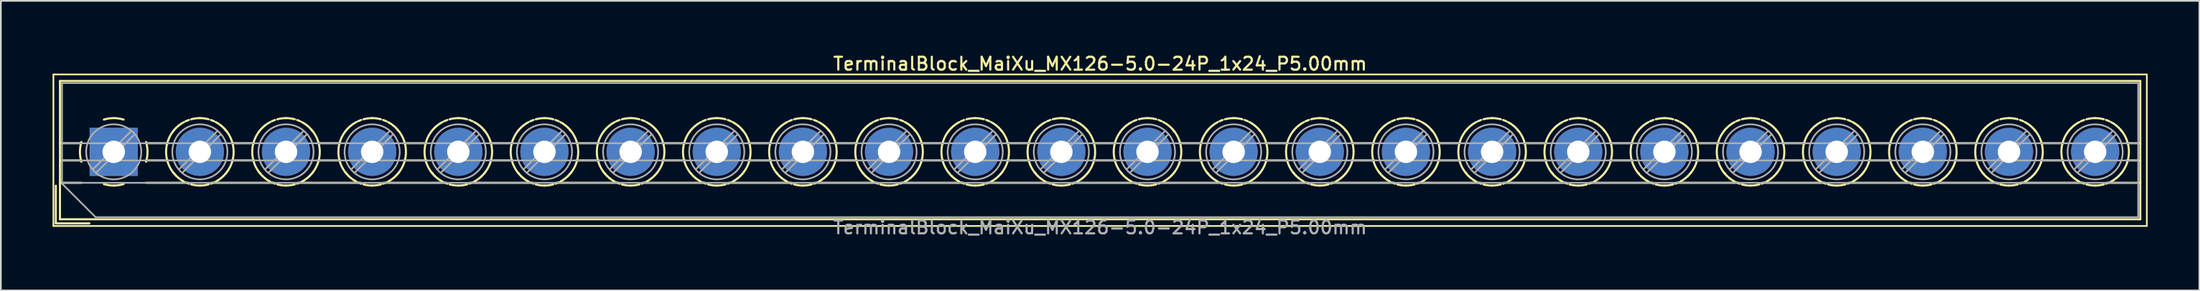
<source format=kicad_pcb>
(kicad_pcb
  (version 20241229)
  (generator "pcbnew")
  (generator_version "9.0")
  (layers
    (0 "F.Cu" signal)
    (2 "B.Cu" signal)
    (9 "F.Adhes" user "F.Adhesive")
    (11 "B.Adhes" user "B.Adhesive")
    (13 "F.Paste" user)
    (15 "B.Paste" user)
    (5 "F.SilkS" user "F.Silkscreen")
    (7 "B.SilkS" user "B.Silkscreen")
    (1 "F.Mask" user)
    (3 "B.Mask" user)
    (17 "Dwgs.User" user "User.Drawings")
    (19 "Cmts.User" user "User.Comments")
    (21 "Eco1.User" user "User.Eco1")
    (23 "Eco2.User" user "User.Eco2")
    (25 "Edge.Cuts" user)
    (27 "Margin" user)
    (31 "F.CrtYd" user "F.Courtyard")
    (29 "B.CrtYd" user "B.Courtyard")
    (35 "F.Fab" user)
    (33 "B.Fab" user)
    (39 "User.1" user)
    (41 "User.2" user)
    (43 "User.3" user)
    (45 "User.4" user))
  (footprint "TerminalBlock_MaiXu_MX126-5.0-24P_1x24_P5.00mm"
    (layer "F.Cu")
    (at 3.55 5.778)
    (property "Reference" "TerminalBlock_MaiXu_MX126-5.0-24P_1x24_P5.00mm" (at 57.25 -5.12 0) (layer "F.SilkS") (effects (font (size 0.75 0.75) (thickness 0.125))))
    (attr through_hole)
    (fp_line (start -3.5 -4.5) (end -3.5 4.31) (stroke (width 0.1) (type solid)) (layer "F.SilkS"))
    (fp_line (start -3.5 4.31) (end 118 4.31) (stroke (width 0.1) (type solid)) (layer "F.SilkS"))
    (fp_line (start -3.36 1.97) (end -3.36 4.16) (stroke (width 0.12) (type solid)) (layer "F.SilkS"))
    (fp_line (start -3.36 4.16) (end -1.41 4.16) (stroke (width 0.12) (type solid)) (layer "F.SilkS"))
    (fp_line (start -3.12 -4.12) (end -3.12 3.92) (stroke (width 0.12) (type solid)) (layer "F.SilkS"))
    (fp_line (start -3.12 -4.12) (end 117.62 -4.12) (stroke (width 0.12) (type solid)) (layer "F.SilkS"))
    (fp_line (start -3.12 -0.5) (end -1.88 -0.5) (stroke (width 0.12) (type solid)) (layer "F.SilkS"))
    (fp_line (start -3.12 0.5) (end -1.88 0.5) (stroke (width 0.12) (type solid)) (layer "F.SilkS"))
    (fp_line (start -3.12 1.8) (end -1.88 1.8) (stroke (width 0.12) (type solid)) (layer "F.SilkS"))
    (fp_line (start -3.12 3.92) (end 117.62 3.92) (stroke (width 0.12) (type solid)) (layer "F.SilkS"))
    (fp_line (start 1.88 -0.5) (end 3.165 -0.5) (stroke (width 0.12) (type solid)) (layer "F.SilkS"))
    (fp_line (start 1.88 0.5) (end 3.165 0.5) (stroke (width 0.12) (type solid)) (layer "F.SilkS"))
    (fp_line (start 1.88 1.8) (end 4.331 1.8) (stroke (width 0.12) (type solid)) (layer "F.SilkS"))
    (fp_line (start 3.514 1.248) (end 3.514 1.248) (stroke (width 0.12) (type solid)) (layer "F.SilkS"))
    (fp_line (start 5.67 1.8) (end 9.331 1.8) (stroke (width 0.12) (type solid)) (layer "F.SilkS"))
    (fp_line (start 6.487 -1.248) (end 6.487 -1.248) (stroke (width 0.12) (type solid)) (layer "F.SilkS"))
    (fp_line (start 6.836 -0.5) (end 8.165 -0.5) (stroke (width 0.12) (type solid)) (layer "F.SilkS"))
    (fp_line (start 6.836 0.5) (end 8.165 0.5) (stroke (width 0.12) (type solid)) (layer "F.SilkS"))
    (fp_line (start 8.514 1.248) (end 8.514 1.248) (stroke (width 0.12) (type solid)) (layer "F.SilkS"))
    (fp_line (start 10.67 1.8) (end 14.331 1.8) (stroke (width 0.12) (type solid)) (layer "F.SilkS"))
    (fp_line (start 11.487 -1.248) (end 11.487 -1.248) (stroke (width 0.12) (type solid)) (layer "F.SilkS"))
    (fp_line (start 11.836 -0.5) (end 13.165 -0.5) (stroke (width 0.12) (type solid)) (layer "F.SilkS"))
    (fp_line (start 11.836 0.5) (end 13.165 0.5) (stroke (width 0.12) (type solid)) (layer "F.SilkS"))
    (fp_line (start 13.514 1.248) (end 13.514 1.248) (stroke (width 0.12) (type solid)) (layer "F.SilkS"))
    (fp_line (start 15.67 1.8) (end 19.331 1.8) (stroke (width 0.12) (type solid)) (layer "F.SilkS"))
    (fp_line (start 16.487 -1.248) (end 16.487 -1.248) (stroke (width 0.12) (type solid)) (layer "F.SilkS"))
    (fp_line (start 16.836 -0.5) (end 18.165 -0.5) (stroke (width 0.12) (type solid)) (layer "F.SilkS"))
    (fp_line (start 16.836 0.5) (end 18.165 0.5) (stroke (width 0.12) (type solid)) (layer "F.SilkS"))
    (fp_line (start 18.514 1.248) (end 18.514 1.248) (stroke (width 0.12) (type solid)) (layer "F.SilkS"))
    (fp_line (start 20.67 1.8) (end 24.331 1.8) (stroke (width 0.12) (type solid)) (layer "F.SilkS"))
    (fp_line (start 21.487 -1.248) (end 21.487 -1.248) (stroke (width 0.12) (type solid)) (layer "F.SilkS"))
    (fp_line (start 21.836 -0.5) (end 23.165 -0.5) (stroke (width 0.12) (type solid)) (layer "F.SilkS"))
    (fp_line (start 21.836 0.5) (end 23.165 0.5) (stroke (width 0.12) (type solid)) (layer "F.SilkS"))
    (fp_line (start 23.514 1.248) (end 23.514 1.248) (stroke (width 0.12) (type solid)) (layer "F.SilkS"))
    (fp_line (start 25.67 1.8) (end 29.331 1.8) (stroke (width 0.12) (type solid)) (layer "F.SilkS"))
    (fp_line (start 26.487 -1.248) (end 26.487 -1.248) (stroke (width 0.12) (type solid)) (layer "F.SilkS"))
    (fp_line (start 26.836 -0.5) (end 28.165 -0.5) (stroke (width 0.12) (type solid)) (layer "F.SilkS"))
    (fp_line (start 26.836 0.5) (end 28.165 0.5) (stroke (width 0.12) (type solid)) (layer "F.SilkS"))
    (fp_line (start 28.514 1.248) (end 28.514 1.248) (stroke (width 0.12) (type solid)) (layer "F.SilkS"))
    (fp_line (start 30.67 1.8) (end 34.331 1.8) (stroke (width 0.12) (type solid)) (layer "F.SilkS"))
    (fp_line (start 31.487 -1.248) (end 31.487 -1.248) (stroke (width 0.12) (type solid)) (layer "F.SilkS"))
    (fp_line (start 31.836 -0.5) (end 33.165 -0.5) (stroke (width 0.12) (type solid)) (layer "F.SilkS"))
    (fp_line (start 31.836 0.5) (end 33.165 0.5) (stroke (width 0.12) (type solid)) (layer "F.SilkS"))
    (fp_line (start 33.514 1.248) (end 33.514 1.248) (stroke (width 0.12) (type solid)) (layer "F.SilkS"))
    (fp_line (start 35.67 1.8) (end 39.331 1.8) (stroke (width 0.12) (type solid)) (layer "F.SilkS"))
    (fp_line (start 36.487 -1.248) (end 36.487 -1.248) (stroke (width 0.12) (type solid)) (layer "F.SilkS"))
    (fp_line (start 36.836 -0.5) (end 38.165 -0.5) (stroke (width 0.12) (type solid)) (layer "F.SilkS"))
    (fp_line (start 36.836 0.5) (end 38.165 0.5) (stroke (width 0.12) (type solid)) (layer "F.SilkS"))
    (fp_line (start 38.514 1.248) (end 38.514 1.248) (stroke (width 0.12) (type solid)) (layer "F.SilkS"))
    (fp_line (start 40.67 1.8) (end 44.331 1.8) (stroke (width 0.12) (type solid)) (layer "F.SilkS"))
    (fp_line (start 41.487 -1.248) (end 41.487 -1.248) (stroke (width 0.12) (type solid)) (layer "F.SilkS"))
    (fp_line (start 41.836 -0.5) (end 43.165 -0.5) (stroke (width 0.12) (type solid)) (layer "F.SilkS"))
    (fp_line (start 41.836 0.5) (end 43.165 0.5) (stroke (width 0.12) (type solid)) (layer "F.SilkS"))
    (fp_line (start 43.514 1.248) (end 43.514 1.248) (stroke (width 0.12) (type solid)) (layer "F.SilkS"))
    (fp_line (start 45.67 1.8) (end 49.331 1.8) (stroke (width 0.12) (type solid)) (layer "F.SilkS"))
    (fp_line (start 46.487 -1.248) (end 46.487 -1.248) (stroke (width 0.12) (type solid)) (layer "F.SilkS"))
    (fp_line (start 46.836 -0.5) (end 48.165 -0.5) (stroke (width 0.12) (type solid)) (layer "F.SilkS"))
    (fp_line (start 46.836 0.5) (end 48.165 0.5) (stroke (width 0.12) (type solid)) (layer "F.SilkS"))
    (fp_line (start 48.514 1.248) (end 48.514 1.248) (stroke (width 0.12) (type solid)) (layer "F.SilkS"))
    (fp_line (start 50.67 1.8) (end 54.331 1.8) (stroke (width 0.12) (type solid)) (layer "F.SilkS"))
    (fp_line (start 51.487 -1.248) (end 51.487 -1.248) (stroke (width 0.12) (type solid)) (layer "F.SilkS"))
    (fp_line (start 51.836 -0.5) (end 53.165 -0.5) (stroke (width 0.12) (type solid)) (layer "F.SilkS"))
    (fp_line (start 51.836 0.5) (end 53.165 0.5) (stroke (width 0.12) (type solid)) (layer "F.SilkS"))
    (fp_line (start 53.514 1.248) (end 53.514 1.248) (stroke (width 0.12) (type solid)) (layer "F.SilkS"))
    (fp_line (start 55.67 1.8) (end 59.331 1.8) (stroke (width 0.12) (type solid)) (layer "F.SilkS"))
    (fp_line (start 56.487 -1.248) (end 56.487 -1.248) (stroke (width 0.12) (type solid)) (layer "F.SilkS"))
    (fp_line (start 56.836 -0.5) (end 58.165 -0.5) (stroke (width 0.12) (type solid)) (layer "F.SilkS"))
    (fp_line (start 56.836 0.5) (end 58.165 0.5) (stroke (width 0.12) (type solid)) (layer "F.SilkS"))
    (fp_line (start 58.514 1.248) (end 58.514 1.248) (stroke (width 0.12) (type solid)) (layer "F.SilkS"))
    (fp_line (start 60.67 1.8) (end 64.331 1.8) (stroke (width 0.12) (type solid)) (layer "F.SilkS"))
    (fp_line (start 61.487 -1.248) (end 61.487 -1.248) (stroke (width 0.12) (type solid)) (layer "F.SilkS"))
    (fp_line (start 61.836 -0.5) (end 63.165 -0.5) (stroke (width 0.12) (type solid)) (layer "F.SilkS"))
    (fp_line (start 61.836 0.5) (end 63.165 0.5) (stroke (width 0.12) (type solid)) (layer "F.SilkS"))
    (fp_line (start 63.514 1.248) (end 63.514 1.248) (stroke (width 0.12) (type solid)) (layer "F.SilkS"))
    (fp_line (start 65.67 1.8) (end 69.331 1.8) (stroke (width 0.12) (type solid)) (layer "F.SilkS"))
    (fp_line (start 66.487 -1.248) (end 66.487 -1.248) (stroke (width 0.12) (type solid)) (layer "F.SilkS"))
    (fp_line (start 66.836 -0.5) (end 68.165 -0.5) (stroke (width 0.12) (type solid)) (layer "F.SilkS"))
    (fp_line (start 66.836 0.5) (end 68.165 0.5) (stroke (width 0.12) (type solid)) (layer "F.SilkS"))
    (fp_line (start 68.514 1.248) (end 68.514 1.248) (stroke (width 0.12) (type solid)) (layer "F.SilkS"))
    (fp_line (start 70.67 1.8) (end 74.331 1.8) (stroke (width 0.12) (type solid)) (layer "F.SilkS"))
    (fp_line (start 71.487 -1.248) (end 71.487 -1.248) (stroke (width 0.12) (type solid)) (layer "F.SilkS"))
    (fp_line (start 71.836 -0.5) (end 73.165 -0.5) (stroke (width 0.12) (type solid)) (layer "F.SilkS"))
    (fp_line (start 71.836 0.5) (end 73.165 0.5) (stroke (width 0.12) (type solid)) (layer "F.SilkS"))
    (fp_line (start 73.514 1.248) (end 73.514 1.248) (stroke (width 0.12) (type solid)) (layer "F.SilkS"))
    (fp_line (start 75.67 1.8) (end 79.331 1.8) (stroke (width 0.12) (type solid)) (layer "F.SilkS"))
    (fp_line (start 76.487 -1.248) (end 76.487 -1.248) (stroke (width 0.12) (type solid)) (layer "F.SilkS"))
    (fp_line (start 76.836 -0.5) (end 78.165 -0.5) (stroke (width 0.12) (type solid)) (layer "F.SilkS"))
    (fp_line (start 76.836 0.5) (end 78.165 0.5) (stroke (width 0.12) (type solid)) (layer "F.SilkS"))
    (fp_line (start 78.514 1.248) (end 78.514 1.248) (stroke (width 0.12) (type solid)) (layer "F.SilkS"))
    (fp_line (start 80.67 1.8) (end 84.331 1.8) (stroke (width 0.12) (type solid)) (layer "F.SilkS"))
    (fp_line (start 81.487 -1.248) (end 81.487 -1.248) (stroke (width 0.12) (type solid)) (layer "F.SilkS"))
    (fp_line (start 81.836 -0.5) (end 83.165 -0.5) (stroke (width 0.12) (type solid)) (layer "F.SilkS"))
    (fp_line (start 81.836 0.5) (end 83.165 0.5) (stroke (width 0.12) (type solid)) (layer "F.SilkS"))
    (fp_line (start 83.514 1.248) (end 83.514 1.248) (stroke (width 0.12) (type solid)) (layer "F.SilkS"))
    (fp_line (start 85.67 1.8) (end 89.331 1.8) (stroke (width 0.12) (type solid)) (layer "F.SilkS"))
    (fp_line (start 86.487 -1.248) (end 86.487 -1.248) (stroke (width 0.12) (type solid)) (layer "F.SilkS"))
    (fp_line (start 86.836 -0.5) (end 88.165 -0.5) (stroke (width 0.12) (type solid)) (layer "F.SilkS"))
    (fp_line (start 86.836 0.5) (end 88.165 0.5) (stroke (width 0.12) (type solid)) (layer "F.SilkS"))
    (fp_line (start 88.514 1.248) (end 88.514 1.248) (stroke (width 0.12) (type solid)) (layer "F.SilkS"))
    (fp_line (start 90.67 1.8) (end 94.331 1.8) (stroke (width 0.12) (type solid)) (layer "F.SilkS"))
    (fp_line (start 91.487 -1.248) (end 91.487 -1.248) (stroke (width 0.12) (type solid)) (layer "F.SilkS"))
    (fp_line (start 91.836 -0.5) (end 93.165 -0.5) (stroke (width 0.12) (type solid)) (layer "F.SilkS"))
    (fp_line (start 91.836 0.5) (end 93.165 0.5) (stroke (width 0.12) (type solid)) (layer "F.SilkS"))
    (fp_line (start 93.514 1.248) (end 93.514 1.248) (stroke (width 0.12) (type solid)) (layer "F.SilkS"))
    (fp_line (start 95.67 1.8) (end 99.331 1.8) (stroke (width 0.12) (type solid)) (layer "F.SilkS"))
    (fp_line (start 96.487 -1.248) (end 96.487 -1.248) (stroke (width 0.12) (type solid)) (layer "F.SilkS"))
    (fp_line (start 96.836 -0.5) (end 98.165 -0.5) (stroke (width 0.12) (type solid)) (layer "F.SilkS"))
    (fp_line (start 96.836 0.5) (end 98.165 0.5) (stroke (width 0.12) (type solid)) (layer "F.SilkS"))
    (fp_line (start 98.514 1.248) (end 98.514 1.248) (stroke (width 0.12) (type solid)) (layer "F.SilkS"))
    (fp_line (start 100.67 1.8) (end 104.331 1.8) (stroke (width 0.12) (type solid)) (layer "F.SilkS"))
    (fp_line (start 101.487 -1.248) (end 101.487 -1.248) (stroke (width 0.12) (type solid)) (layer "F.SilkS"))
    (fp_line (start 101.836 -0.5) (end 103.165 -0.5) (stroke (width 0.12) (type solid)) (layer "F.SilkS"))
    (fp_line (start 101.836 0.5) (end 103.165 0.5) (stroke (width 0.12) (type solid)) (layer "F.SilkS"))
    (fp_line (start 103.514 1.248) (end 103.514 1.248) (stroke (width 0.12) (type solid)) (layer "F.SilkS"))
    (fp_line (start 105.67 1.8) (end 109.331 1.8) (stroke (width 0.12) (type solid)) (layer "F.SilkS"))
    (fp_line (start 106.487 -1.248) (end 106.487 -1.248) (stroke (width 0.12) (type solid)) (layer "F.SilkS"))
    (fp_line (start 106.836 -0.5) (end 108.165 -0.5) (stroke (width 0.12) (type solid)) (layer "F.SilkS"))
    (fp_line (start 106.836 0.5) (end 108.165 0.5) (stroke (width 0.12) (type solid)) (layer "F.SilkS"))
    (fp_line (start 108.514 1.248) (end 108.514 1.248) (stroke (width 0.12) (type solid)) (layer "F.SilkS"))
    (fp_line (start 110.67 1.8) (end 114.331 1.8) (stroke (width 0.12) (type solid)) (layer "F.SilkS"))
    (fp_line (start 111.487 -1.248) (end 111.487 -1.248) (stroke (width 0.12) (type solid)) (layer "F.SilkS"))
    (fp_line (start 111.836 -0.5) (end 113.165 -0.5) (stroke (width 0.12) (type solid)) (layer "F.SilkS"))
    (fp_line (start 111.836 0.5) (end 113.165 0.5) (stroke (width 0.12) (type solid)) (layer "F.SilkS"))
    (fp_line (start 113.514 1.248) (end 113.514 1.248) (stroke (width 0.12) (type solid)) (layer "F.SilkS"))
    (fp_line (start 115.67 1.8) (end 117.62 1.8) (stroke (width 0.12) (type solid)) (layer "F.SilkS"))
    (fp_line (start 116.487 -1.248) (end 116.487 -1.248) (stroke (width 0.12) (type solid)) (layer "F.SilkS"))
    (fp_line (start 116.836 -0.5) (end 117.62 -0.5) (stroke (width 0.12) (type solid)) (layer "F.SilkS"))
    (fp_line (start 116.836 0.5) (end 117.62 0.5) (stroke (width 0.12) (type solid)) (layer "F.SilkS"))
    (fp_line (start 117.62 -4.12) (end 117.62 3.92) (stroke (width 0.12) (type solid)) (layer "F.SilkS"))
    (fp_line (start 118 -4.5) (end -3.5 -4.5) (stroke (width 0.1) (type solid)) (layer "F.SilkS"))
    (fp_line (start 118 4.31) (end 118 -4.5) (stroke (width 0.1) (type solid)) (layer "F.SilkS"))
    (fp_arc (start -1.875422 0.572619) (mid -1.960893 -0.000722) (end -1.875 -0.574) (stroke (width 0.12) (type solid)) (layer "F.SilkS"))
    (fp_arc (start -0.572619 -1.875422) (mid 0.000722 -1.960893) (end 0.574 -1.875) (stroke (width 0.12) (type solid)) (layer "F.SilkS"))
    (fp_arc (start 0.0335 1.960607) (mid -0.273618 1.941709) (end -0.574 1.875) (stroke (width 0.12) (type solid)) (layer "F.SilkS"))
    (fp_arc (start 0.573049 1.874357) (mid 0.289706 1.938471) (end 0 1.96) (stroke (width 0.12) (type solid)) (layer "F.SilkS"))
    (fp_arc (start 1.875422 -0.572619) (mid 1.960893 0.000722) (end 1.875 0.574) (stroke (width 0.12) (type solid)) (layer "F.SilkS"))
    (fp_arc (start 3.434339 1.179122) (mid 3.039994 -0.000549) (end 3.435 -1.18) (stroke (width 0.12) (type solid)) (layer "F.SilkS"))
    (fp_arc (start 3.434826 -1.180695) (mid 3.476985 -1.2346) (end 3.521 -1.287) (stroke (width 0.12) (type solid)) (layer "F.SilkS"))
    (fp_arc (start 3.521125 1.286294) (mid 3.477135 1.233899) (end 3.435 1.18) (stroke (width 0.12) (type solid)) (layer "F.SilkS"))
    (fp_arc (start 3.521202 -1.287012) (mid 3.578748 -1.350291) (end 3.639 -1.411) (stroke (width 0.12) (type solid)) (layer "F.SilkS"))
    (fp_arc (start 3.63871 1.41001) (mid 3.578502 1.349289) (end 3.521 1.286) (stroke (width 0.12) (type solid)) (layer "F.SilkS"))
    (fp_arc (start 3.638867 -1.410738) (mid 3.701698 -1.468767) (end 3.767 -1.524) (stroke (width 0.12) (type solid)) (layer "F.SilkS"))
    (fp_arc (start 3.767069 1.523253) (mid 3.701799 1.468024) (end 3.639 1.41) (stroke (width 0.12) (type solid)) (layer "F.SilkS"))
    (fp_arc (start 3.767452 -1.524377) (mid 3.835117 -1.576689) (end 3.905 -1.626) (stroke (width 0.12) (type solid)) (layer "F.SilkS"))
    (fp_arc (start 3.904517 1.625664) (mid 3.834649 1.576332) (end 3.767 1.524) (stroke (width 0.12) (type solid)) (layer "F.SilkS"))
    (fp_arc (start 3.93363 -1.644317) (mid 4.00637 -1.689266) (end 4.081 -1.731) (stroke (width 0.12) (type solid)) (layer "F.SilkS"))
    (fp_arc (start 4.080344 1.730739) (mid 4.005726 1.688977) (end 3.933 1.644) (stroke (width 0.12) (type solid)) (layer "F.SilkS"))
    (fp_arc (start 4.172694 -1.777259) (mid 4.266842 -1.818121) (end 4.363 -1.854) (stroke (width 0.12) (type solid)) (layer "F.SilkS"))
    (fp_arc (start 4.362283 1.853815) (mid 4.266136 1.817899) (end 4.172 1.777) (stroke (width 0.12) (type solid)) (layer "F.SilkS"))
    (fp_arc (start 4.493681 -1.893473) (mid 4.74516 -1.943362) (end 5.001 -1.96) (stroke (width 0.12) (type solid)) (layer "F.SilkS"))
    (fp_arc (start 5.000479 1.960685) (mid 4.744554 1.943973) (end 4.493 1.894) (stroke (width 0.12) (type solid)) (layer "F.SilkS"))
    (fp_arc (start 5.000487 -1.960944) (mid 5.256437 -1.944104) (end 5.508 -1.894) (stroke (width 0.12) (type solid)) (layer "F.SilkS"))
    (fp_arc (start 5.507285 1.893215) (mid 5.255831 1.943232) (end 5 1.96) (stroke (width 0.12) (type solid)) (layer "F.SilkS"))
    (fp_arc (start 5.638712 -1.85392) (mid 5.734863 -1.817951) (end 5.829 -1.777) (stroke (width 0.12) (type solid)) (layer "F.SilkS"))
    (fp_arc (start 5.829295 1.77705) (mid 5.735155 1.818016) (end 5.639 1.854) (stroke (width 0.12) (type solid)) (layer "F.SilkS"))
    (fp_arc (start 5.920652 -1.730826) (mid 5.995273 -1.689021) (end 6.068 -1.644) (stroke (width 0.12) (type solid)) (layer "F.SilkS"))
    (fp_arc (start 6.068362 1.644143) (mid 5.995629 1.689179) (end 5.921 1.731) (stroke (width 0.12) (type solid)) (layer "F.SilkS"))
    (fp_arc (start 6.096479 -1.625751) (mid 6.16635 -1.576376) (end 6.234 -1.524) (stroke (width 0.12) (type solid)) (layer "F.SilkS"))
    (fp_arc (start 6.233457 1.523294) (mid 6.165838 1.575647) (end 6.096 1.625) (stroke (width 0.12) (type solid)) (layer "F.SilkS"))
    (fp_arc (start 6.233928 -1.523341) (mid 6.2992 -1.468068) (end 6.362 -1.41) (stroke (width 0.12) (type solid)) (layer "F.SilkS"))
    (fp_arc (start 6.36213 1.410651) (mid 6.299301 1.468723) (end 6.234 1.524) (stroke (width 0.12) (type solid)) (layer "F.SilkS"))
    (fp_arc (start 6.362286 -1.410097) (mid 6.422497 -1.349333) (end 6.48 -1.286) (stroke (width 0.12) (type solid)) (layer "F.SilkS"))
    (fp_arc (start 6.479707 1.285928) (mid 6.422207 1.349248) (end 6.362 1.41) (stroke (width 0.12) (type solid)) (layer "F.SilkS"))
    (fp_arc (start 6.479873 -1.286364) (mid 6.523865 -1.233934) (end 6.566 -1.18) (stroke (width 0.12) (type solid)) (layer "F.SilkS"))
    (fp_arc (start 6.565937 -1.180084) (mid 6.960805 -0.000052) (end 6.566 1.18) (stroke (width 0.12) (type solid)) (layer "F.SilkS"))
    (fp_arc (start 6.566102 1.179628) (mid 6.523979 1.233565) (end 6.48 1.286) (stroke (width 0.12) (type solid)) (layer "F.SilkS"))
    (fp_arc (start 8.434339 1.179122) (mid 8.039994 -0.000549) (end 8.435 -1.18) (stroke (width 0.12) (type solid)) (layer "F.SilkS"))
    (fp_arc (start 8.434826 -1.180695) (mid 8.476985 -1.2346) (end 8.521 -1.287) (stroke (width 0.12) (type solid)) (layer "F.SilkS"))
    (fp_arc (start 8.521125 1.286294) (mid 8.477135 1.233899) (end 8.435 1.18) (stroke (width 0.12) (type solid)) (layer "F.SilkS"))
    (fp_arc (start 8.521202 -1.287012) (mid 8.578748 -1.350291) (end 8.639 -1.411) (stroke (width 0.12) (type solid)) (layer "F.SilkS"))
    (fp_arc (start 8.63871 1.41001) (mid 8.578502 1.349289) (end 8.521 1.286) (stroke (width 0.12) (type solid)) (layer "F.SilkS"))
    (fp_arc (start 8.638867 -1.410738) (mid 8.701698 -1.468767) (end 8.767 -1.524) (stroke (width 0.12) (type solid)) (layer "F.SilkS"))
    (fp_arc (start 8.767069 1.523253) (mid 8.701799 1.468024) (end 8.639 1.41) (stroke (width 0.12) (type solid)) (layer "F.SilkS"))
    (fp_arc (start 8.767452 -1.524377) (mid 8.835117 -1.576689) (end 8.905 -1.626) (stroke (width 0.12) (type solid)) (layer "F.SilkS"))
    (fp_arc (start 8.904517 1.625664) (mid 8.834649 1.576332) (end 8.767 1.524) (stroke (width 0.12) (type solid)) (layer "F.SilkS"))
    (fp_arc (start 8.93363 -1.644317) (mid 9.00637 -1.689266) (end 9.081 -1.731) (stroke (width 0.12) (type solid)) (layer "F.SilkS"))
    (fp_arc (start 9.080344 1.730739) (mid 9.005726 1.688977) (end 8.933 1.644) (stroke (width 0.12) (type solid)) (layer "F.SilkS"))
    (fp_arc (start 9.172694 -1.777259) (mid 9.266842 -1.818121) (end 9.363 -1.854) (stroke (width 0.12) (type solid)) (layer "F.SilkS"))
    (fp_arc (start 9.362283 1.853815) (mid 9.266136 1.817899) (end 9.172 1.777) (stroke (width 0.12) (type solid)) (layer "F.SilkS"))
    (fp_arc (start 9.493681 -1.893473) (mid 9.74516 -1.943362) (end 10.001 -1.96) (stroke (width 0.12) (type solid)) (layer "F.SilkS"))
    (fp_arc (start 10.000479 1.960685) (mid 9.744554 1.943973) (end 9.493 1.894) (stroke (width 0.12) (type solid)) (layer "F.SilkS"))
    (fp_arc (start 10.000487 -1.960944) (mid 10.256437 -1.944104) (end 10.508 -1.894) (stroke (width 0.12) (type solid)) (layer "F.SilkS"))
    (fp_arc (start 10.507285 1.893215) (mid 10.255831 1.943232) (end 10 1.96) (stroke (width 0.12) (type solid)) (layer "F.SilkS"))
    (fp_arc (start 10.638712 -1.85392) (mid 10.734863 -1.817951) (end 10.829 -1.777) (stroke (width 0.12) (type solid)) (layer "F.SilkS"))
    (fp_arc (start 10.829295 1.77705) (mid 10.735155 1.818016) (end 10.639 1.854) (stroke (width 0.12) (type solid)) (layer "F.SilkS"))
    (fp_arc (start 10.920652 -1.730826) (mid 10.995273 -1.689021) (end 11.068 -1.644) (stroke (width 0.12) (type solid)) (layer "F.SilkS"))
    (fp_arc (start 11.068362 1.644143) (mid 10.995629 1.689179) (end 10.921 1.731) (stroke (width 0.12) (type solid)) (layer "F.SilkS"))
    (fp_arc (start 11.096479 -1.625751) (mid 11.16635 -1.576376) (end 11.234 -1.524) (stroke (width 0.12) (type solid)) (layer "F.SilkS"))
    (fp_arc (start 11.233457 1.523294) (mid 11.165838 1.575647) (end 11.096 1.625) (stroke (width 0.12) (type solid)) (layer "F.SilkS"))
    (fp_arc (start 11.233928 -1.523341) (mid 11.2992 -1.468068) (end 11.362 -1.41) (stroke (width 0.12) (type solid)) (layer "F.SilkS"))
    (fp_arc (start 11.36213 1.410651) (mid 11.299301 1.468723) (end 11.234 1.524) (stroke (width 0.12) (type solid)) (layer "F.SilkS"))
    (fp_arc (start 11.362286 -1.410097) (mid 11.422497 -1.349333) (end 11.48 -1.286) (stroke (width 0.12) (type solid)) (layer "F.SilkS"))
    (fp_arc (start 11.479707 1.285928) (mid 11.422207 1.349248) (end 11.362 1.41) (stroke (width 0.12) (type solid)) (layer "F.SilkS"))
    (fp_arc (start 11.479873 -1.286364) (mid 11.523865 -1.233934) (end 11.566 -1.18) (stroke (width 0.12) (type solid)) (layer "F.SilkS"))
    (fp_arc (start 11.565937 -1.180084) (mid 11.960805 -0.000052) (end 11.566 1.18) (stroke (width 0.12) (type solid)) (layer "F.SilkS"))
    (fp_arc (start 11.566102 1.179628) (mid 11.523979 1.233565) (end 11.48 1.286) (stroke (width 0.12) (type solid)) (layer "F.SilkS"))
    (fp_arc (start 13.434339 1.179122) (mid 13.039994 -0.000549) (end 13.435 -1.18) (stroke (width 0.12) (type solid)) (layer "F.SilkS"))
    (fp_arc (start 13.434826 -1.180695) (mid 13.476985 -1.2346) (end 13.521 -1.287) (stroke (width 0.12) (type solid)) (layer "F.SilkS"))
    (fp_arc (start 13.521125 1.286294) (mid 13.477135 1.233899) (end 13.435 1.18) (stroke (width 0.12) (type solid)) (layer "F.SilkS"))
    (fp_arc (start 13.521202 -1.287012) (mid 13.578748 -1.350291) (end 13.639 -1.411) (stroke (width 0.12) (type solid)) (layer "F.SilkS"))
    (fp_arc (start 13.63871 1.41001) (mid 13.578502 1.349289) (end 13.521 1.286) (stroke (width 0.12) (type solid)) (layer "F.SilkS"))
    (fp_arc (start 13.638867 -1.410738) (mid 13.701698 -1.468767) (end 13.767 -1.524) (stroke (width 0.12) (type solid)) (layer "F.SilkS"))
    (fp_arc (start 13.767069 1.523253) (mid 13.701799 1.468024) (end 13.639 1.41) (stroke (width 0.12) (type solid)) (layer "F.SilkS"))
    (fp_arc (start 13.767452 -1.524377) (mid 13.835117 -1.576689) (end 13.905 -1.626) (stroke (width 0.12) (type solid)) (layer "F.SilkS"))
    (fp_arc (start 13.904517 1.625664) (mid 13.834649 1.576332) (end 13.767 1.524) (stroke (width 0.12) (type solid)) (layer "F.SilkS"))
    (fp_arc (start 13.93363 -1.644317) (mid 14.00637 -1.689266) (end 14.081 -1.731) (stroke (width 0.12) (type solid)) (layer "F.SilkS"))
    (fp_arc (start 14.080344 1.730739) (mid 14.005726 1.688977) (end 13.933 1.644) (stroke (width 0.12) (type solid)) (layer "F.SilkS"))
    (fp_arc (start 14.172694 -1.777259) (mid 14.266842 -1.818121) (end 14.363 -1.854) (stroke (width 0.12) (type solid)) (layer "F.SilkS"))
    (fp_arc (start 14.362283 1.853815) (mid 14.266136 1.817899) (end 14.172 1.777) (stroke (width 0.12) (type solid)) (layer "F.SilkS"))
    (fp_arc (start 14.493681 -1.893473) (mid 14.74516 -1.943362) (end 15.001 -1.96) (stroke (width 0.12) (type solid)) (layer "F.SilkS"))
    (fp_arc (start 15.000479 1.960685) (mid 14.744554 1.943973) (end 14.493 1.894) (stroke (width 0.12) (type solid)) (layer "F.SilkS"))
    (fp_arc (start 15.000487 -1.960944) (mid 15.256437 -1.944104) (end 15.508 -1.894) (stroke (width 0.12) (type solid)) (layer "F.SilkS"))
    (fp_arc (start 15.507285 1.893215) (mid 15.255831 1.943232) (end 15 1.96) (stroke (width 0.12) (type solid)) (layer "F.SilkS"))
    (fp_arc (start 15.638712 -1.85392) (mid 15.734863 -1.817951) (end 15.829 -1.777) (stroke (width 0.12) (type solid)) (layer "F.SilkS"))
    (fp_arc (start 15.829295 1.77705) (mid 15.735155 1.818016) (end 15.639 1.854) (stroke (width 0.12) (type solid)) (layer "F.SilkS"))
    (fp_arc (start 15.920652 -1.730826) (mid 15.995273 -1.689021) (end 16.068 -1.644) (stroke (width 0.12) (type solid)) (layer "F.SilkS"))
    (fp_arc (start 16.068362 1.644143) (mid 15.995629 1.689179) (end 15.921 1.731) (stroke (width 0.12) (type solid)) (layer "F.SilkS"))
    (fp_arc (start 16.096479 -1.625751) (mid 16.16635 -1.576376) (end 16.234 -1.524) (stroke (width 0.12) (type solid)) (layer "F.SilkS"))
    (fp_arc (start 16.233457 1.523294) (mid 16.165838 1.575647) (end 16.096 1.625) (stroke (width 0.12) (type solid)) (layer "F.SilkS"))
    (fp_arc (start 16.233928 -1.523341) (mid 16.2992 -1.468068) (end 16.362 -1.41) (stroke (width 0.12) (type solid)) (layer "F.SilkS"))
    (fp_arc (start 16.36213 1.410651) (mid 16.299301 1.468723) (end 16.234 1.524) (stroke (width 0.12) (type solid)) (layer "F.SilkS"))
    (fp_arc (start 16.362286 -1.410097) (mid 16.422497 -1.349333) (end 16.48 -1.286) (stroke (width 0.12) (type solid)) (layer "F.SilkS"))
    (fp_arc (start 16.479707 1.285928) (mid 16.422207 1.349248) (end 16.362 1.41) (stroke (width 0.12) (type solid)) (layer "F.SilkS"))
    (fp_arc (start 16.479873 -1.286364) (mid 16.523865 -1.233934) (end 16.566 -1.18) (stroke (width 0.12) (type solid)) (layer "F.SilkS"))
    (fp_arc (start 16.565937 -1.180084) (mid 16.960805 -0.000052) (end 16.566 1.18) (stroke (width 0.12) (type solid)) (layer "F.SilkS"))
    (fp_arc (start 16.566102 1.179628) (mid 16.523979 1.233565) (end 16.48 1.286) (stroke (width 0.12) (type solid)) (layer "F.SilkS"))
    (fp_arc (start 18.434339 1.179122) (mid 18.039994 -0.000549) (end 18.435 -1.18) (stroke (width 0.12) (type solid)) (layer "F.SilkS"))
    (fp_arc (start 18.434826 -1.180695) (mid 18.476985 -1.2346) (end 18.521 -1.287) (stroke (width 0.12) (type solid)) (layer "F.SilkS"))
    (fp_arc (start 18.521125 1.286294) (mid 18.477135 1.233899) (end 18.435 1.18) (stroke (width 0.12) (type solid)) (layer "F.SilkS"))
    (fp_arc (start 18.521202 -1.287012) (mid 18.578748 -1.350291) (end 18.639 -1.411) (stroke (width 0.12) (type solid)) (layer "F.SilkS"))
    (fp_arc (start 18.63871 1.41001) (mid 18.578502 1.349289) (end 18.521 1.286) (stroke (width 0.12) (type solid)) (layer "F.SilkS"))
    (fp_arc (start 18.638867 -1.410738) (mid 18.701698 -1.468767) (end 18.767 -1.524) (stroke (width 0.12) (type solid)) (layer "F.SilkS"))
    (fp_arc (start 18.767069 1.523253) (mid 18.701799 1.468024) (end 18.639 1.41) (stroke (width 0.12) (type solid)) (layer "F.SilkS"))
    (fp_arc (start 18.767452 -1.524377) (mid 18.835117 -1.576689) (end 18.905 -1.626) (stroke (width 0.12) (type solid)) (layer "F.SilkS"))
    (fp_arc (start 18.904517 1.625664) (mid 18.834649 1.576332) (end 18.767 1.524) (stroke (width 0.12) (type solid)) (layer "F.SilkS"))
    (fp_arc (start 18.93363 -1.644317) (mid 19.00637 -1.689266) (end 19.081 -1.731) (stroke (width 0.12) (type solid)) (layer "F.SilkS"))
    (fp_arc (start 19.080344 1.730739) (mid 19.005726 1.688977) (end 18.933 1.644) (stroke (width 0.12) (type solid)) (layer "F.SilkS"))
    (fp_arc (start 19.172694 -1.777259) (mid 19.266842 -1.818121) (end 19.363 -1.854) (stroke (width 0.12) (type solid)) (layer "F.SilkS"))
    (fp_arc (start 19.362283 1.853815) (mid 19.266136 1.817899) (end 19.172 1.777) (stroke (width 0.12) (type solid)) (layer "F.SilkS"))
    (fp_arc (start 19.493681 -1.893473) (mid 19.74516 -1.943362) (end 20.001 -1.96) (stroke (width 0.12) (type solid)) (layer "F.SilkS"))
    (fp_arc (start 20.000479 1.960685) (mid 19.744554 1.943973) (end 19.493 1.894) (stroke (width 0.12) (type solid)) (layer "F.SilkS"))
    (fp_arc (start 20.000487 -1.960944) (mid 20.256437 -1.944104) (end 20.508 -1.894) (stroke (width 0.12) (type solid)) (layer "F.SilkS"))
    (fp_arc (start 20.507285 1.893215) (mid 20.255831 1.943232) (end 20 1.96) (stroke (width 0.12) (type solid)) (layer "F.SilkS"))
    (fp_arc (start 20.638712 -1.85392) (mid 20.734863 -1.817951) (end 20.829 -1.777) (stroke (width 0.12) (type solid)) (layer "F.SilkS"))
    (fp_arc (start 20.829295 1.77705) (mid 20.735155 1.818016) (end 20.639 1.854) (stroke (width 0.12) (type solid)) (layer "F.SilkS"))
    (fp_arc (start 20.920652 -1.730826) (mid 20.995273 -1.689021) (end 21.068 -1.644) (stroke (width 0.12) (type solid)) (layer "F.SilkS"))
    (fp_arc (start 21.068362 1.644143) (mid 20.995629 1.689179) (end 20.921 1.731) (stroke (width 0.12) (type solid)) (layer "F.SilkS"))
    (fp_arc (start 21.096479 -1.625751) (mid 21.16635 -1.576376) (end 21.234 -1.524) (stroke (width 0.12) (type solid)) (layer "F.SilkS"))
    (fp_arc (start 21.233457 1.523294) (mid 21.165838 1.575647) (end 21.096 1.625) (stroke (width 0.12) (type solid)) (layer "F.SilkS"))
    (fp_arc (start 21.233928 -1.523341) (mid 21.2992 -1.468068) (end 21.362 -1.41) (stroke (width 0.12) (type solid)) (layer "F.SilkS"))
    (fp_arc (start 21.36213 1.410651) (mid 21.299301 1.468723) (end 21.234 1.524) (stroke (width 0.12) (type solid)) (layer "F.SilkS"))
    (fp_arc (start 21.362286 -1.410097) (mid 21.422497 -1.349333) (end 21.48 -1.286) (stroke (width 0.12) (type solid)) (layer "F.SilkS"))
    (fp_arc (start 21.479707 1.285928) (mid 21.422207 1.349248) (end 21.362 1.41) (stroke (width 0.12) (type solid)) (layer "F.SilkS"))
    (fp_arc (start 21.479873 -1.286364) (mid 21.523865 -1.233934) (end 21.566 -1.18) (stroke (width 0.12) (type solid)) (layer "F.SilkS"))
    (fp_arc (start 21.565937 -1.180084) (mid 21.960805 -0.000052) (end 21.566 1.18) (stroke (width 0.12) (type solid)) (layer "F.SilkS"))
    (fp_arc (start 21.566102 1.179628) (mid 21.523979 1.233565) (end 21.48 1.286) (stroke (width 0.12) (type solid)) (layer "F.SilkS"))
    (fp_arc (start 23.434339 1.179122) (mid 23.039994 -0.000549) (end 23.435 -1.18) (stroke (width 0.12) (type solid)) (layer "F.SilkS"))
    (fp_arc (start 23.434826 -1.180695) (mid 23.476985 -1.2346) (end 23.521 -1.287) (stroke (width 0.12) (type solid)) (layer "F.SilkS"))
    (fp_arc (start 23.521125 1.286294) (mid 23.477135 1.233899) (end 23.435 1.18) (stroke (width 0.12) (type solid)) (layer "F.SilkS"))
    (fp_arc (start 23.521202 -1.287012) (mid 23.578748 -1.350291) (end 23.639 -1.411) (stroke (width 0.12) (type solid)) (layer "F.SilkS"))
    (fp_arc (start 23.63871 1.41001) (mid 23.578502 1.349289) (end 23.521 1.286) (stroke (width 0.12) (type solid)) (layer "F.SilkS"))
    (fp_arc (start 23.638867 -1.410738) (mid 23.701698 -1.468767) (end 23.767 -1.524) (stroke (width 0.12) (type solid)) (layer "F.SilkS"))
    (fp_arc (start 23.767069 1.523253) (mid 23.701799 1.468024) (end 23.639 1.41) (stroke (width 0.12) (type solid)) (layer "F.SilkS"))
    (fp_arc (start 23.767452 -1.524377) (mid 23.835117 -1.576689) (end 23.905 -1.626) (stroke (width 0.12) (type solid)) (layer "F.SilkS"))
    (fp_arc (start 23.904517 1.625664) (mid 23.834649 1.576332) (end 23.767 1.524) (stroke (width 0.12) (type solid)) (layer "F.SilkS"))
    (fp_arc (start 23.93363 -1.644317) (mid 24.00637 -1.689266) (end 24.081 -1.731) (stroke (width 0.12) (type solid)) (layer "F.SilkS"))
    (fp_arc (start 24.080344 1.730739) (mid 24.005726 1.688977) (end 23.933 1.644) (stroke (width 0.12) (type solid)) (layer "F.SilkS"))
    (fp_arc (start 24.172694 -1.777259) (mid 24.266842 -1.818121) (end 24.363 -1.854) (stroke (width 0.12) (type solid)) (layer "F.SilkS"))
    (fp_arc (start 24.362283 1.853815) (mid 24.266136 1.817899) (end 24.172 1.777) (stroke (width 0.12) (type solid)) (layer "F.SilkS"))
    (fp_arc (start 24.493681 -1.893473) (mid 24.74516 -1.943362) (end 25.001 -1.96) (stroke (width 0.12) (type solid)) (layer "F.SilkS"))
    (fp_arc (start 25.000479 1.960685) (mid 24.744554 1.943973) (end 24.493 1.894) (stroke (width 0.12) (type solid)) (layer "F.SilkS"))
    (fp_arc (start 25.000487 -1.960944) (mid 25.256437 -1.944104) (end 25.508 -1.894) (stroke (width 0.12) (type solid)) (layer "F.SilkS"))
    (fp_arc (start 25.507285 1.893215) (mid 25.255831 1.943232) (end 25 1.96) (stroke (width 0.12) (type solid)) (layer "F.SilkS"))
    (fp_arc (start 25.638712 -1.85392) (mid 25.734863 -1.817951) (end 25.829 -1.777) (stroke (width 0.12) (type solid)) (layer "F.SilkS"))
    (fp_arc (start 25.829295 1.77705) (mid 25.735155 1.818016) (end 25.639 1.854) (stroke (width 0.12) (type solid)) (layer "F.SilkS"))
    (fp_arc (start 25.920652 -1.730826) (mid 25.995273 -1.689021) (end 26.068 -1.644) (stroke (width 0.12) (type solid)) (layer "F.SilkS"))
    (fp_arc (start 26.068362 1.644143) (mid 25.995629 1.689179) (end 25.921 1.731) (stroke (width 0.12) (type solid)) (layer "F.SilkS"))
    (fp_arc (start 26.096479 -1.625751) (mid 26.16635 -1.576376) (end 26.234 -1.524) (stroke (width 0.12) (type solid)) (layer "F.SilkS"))
    (fp_arc (start 26.233457 1.523294) (mid 26.165838 1.575647) (end 26.096 1.625) (stroke (width 0.12) (type solid)) (layer "F.SilkS"))
    (fp_arc (start 26.233928 -1.523341) (mid 26.2992 -1.468068) (end 26.362 -1.41) (stroke (width 0.12) (type solid)) (layer "F.SilkS"))
    (fp_arc (start 26.36213 1.410651) (mid 26.299301 1.468723) (end 26.234 1.524) (stroke (width 0.12) (type solid)) (layer "F.SilkS"))
    (fp_arc (start 26.362286 -1.410097) (mid 26.422497 -1.349333) (end 26.48 -1.286) (stroke (width 0.12) (type solid)) (layer "F.SilkS"))
    (fp_arc (start 26.479707 1.285928) (mid 26.422207 1.349248) (end 26.362 1.41) (stroke (width 0.12) (type solid)) (layer "F.SilkS"))
    (fp_arc (start 26.479873 -1.286364) (mid 26.523865 -1.233934) (end 26.566 -1.18) (stroke (width 0.12) (type solid)) (layer "F.SilkS"))
    (fp_arc (start 26.565937 -1.180084) (mid 26.960805 -0.000052) (end 26.566 1.18) (stroke (width 0.12) (type solid)) (layer "F.SilkS"))
    (fp_arc (start 26.566102 1.179628) (mid 26.523979 1.233565) (end 26.48 1.286) (stroke (width 0.12) (type solid)) (layer "F.SilkS"))
    (fp_arc (start 28.434339 1.179122) (mid 28.039994 -0.000549) (end 28.435 -1.18) (stroke (width 0.12) (type solid)) (layer "F.SilkS"))
    (fp_arc (start 28.434826 -1.180695) (mid 28.476985 -1.2346) (end 28.521 -1.287) (stroke (width 0.12) (type solid)) (layer "F.SilkS"))
    (fp_arc (start 28.521125 1.286294) (mid 28.477135 1.233899) (end 28.435 1.18) (stroke (width 0.12) (type solid)) (layer "F.SilkS"))
    (fp_arc (start 28.521202 -1.287012) (mid 28.578748 -1.350291) (end 28.639 -1.411) (stroke (width 0.12) (type solid)) (layer "F.SilkS"))
    (fp_arc (start 28.63871 1.41001) (mid 28.578502 1.349289) (end 28.521 1.286) (stroke (width 0.12) (type solid)) (layer "F.SilkS"))
    (fp_arc (start 28.638867 -1.410738) (mid 28.701698 -1.468767) (end 28.767 -1.524) (stroke (width 0.12) (type solid)) (layer "F.SilkS"))
    (fp_arc (start 28.767069 1.523253) (mid 28.701799 1.468024) (end 28.639 1.41) (stroke (width 0.12) (type solid)) (layer "F.SilkS"))
    (fp_arc (start 28.767452 -1.524377) (mid 28.835117 -1.576689) (end 28.905 -1.626) (stroke (width 0.12) (type solid)) (layer "F.SilkS"))
    (fp_arc (start 28.904517 1.625664) (mid 28.834649 1.576332) (end 28.767 1.524) (stroke (width 0.12) (type solid)) (layer "F.SilkS"))
    (fp_arc (start 28.93363 -1.644317) (mid 29.00637 -1.689266) (end 29.081 -1.731) (stroke (width 0.12) (type solid)) (layer "F.SilkS"))
    (fp_arc (start 29.080344 1.730739) (mid 29.005726 1.688977) (end 28.933 1.644) (stroke (width 0.12) (type solid)) (layer "F.SilkS"))
    (fp_arc (start 29.172694 -1.777259) (mid 29.266842 -1.818121) (end 29.363 -1.854) (stroke (width 0.12) (type solid)) (layer "F.SilkS"))
    (fp_arc (start 29.362283 1.853815) (mid 29.266136 1.817899) (end 29.172 1.777) (stroke (width 0.12) (type solid)) (layer "F.SilkS"))
    (fp_arc (start 29.493681 -1.893473) (mid 29.74516 -1.943362) (end 30.001 -1.96) (stroke (width 0.12) (type solid)) (layer "F.SilkS"))
    (fp_arc (start 30.000479 1.960685) (mid 29.744554 1.943973) (end 29.493 1.894) (stroke (width 0.12) (type solid)) (layer "F.SilkS"))
    (fp_arc (start 30.000487 -1.960944) (mid 30.256437 -1.944104) (end 30.508 -1.894) (stroke (width 0.12) (type solid)) (layer "F.SilkS"))
    (fp_arc (start 30.507285 1.893215) (mid 30.255831 1.943232) (end 30 1.96) (stroke (width 0.12) (type solid)) (layer "F.SilkS"))
    (fp_arc (start 30.638712 -1.85392) (mid 30.734863 -1.817951) (end 30.829 -1.777) (stroke (width 0.12) (type solid)) (layer "F.SilkS"))
    (fp_arc (start 30.829295 1.77705) (mid 30.735155 1.818016) (end 30.639 1.854) (stroke (width 0.12) (type solid)) (layer "F.SilkS"))
    (fp_arc (start 30.920652 -1.730826) (mid 30.995273 -1.689021) (end 31.068 -1.644) (stroke (width 0.12) (type solid)) (layer "F.SilkS"))
    (fp_arc (start 31.068362 1.644143) (mid 30.995629 1.689179) (end 30.921 1.731) (stroke (width 0.12) (type solid)) (layer "F.SilkS"))
    (fp_arc (start 31.096479 -1.625751) (mid 31.16635 -1.576376) (end 31.234 -1.524) (stroke (width 0.12) (type solid)) (layer "F.SilkS"))
    (fp_arc (start 31.233457 1.523294) (mid 31.165838 1.575647) (end 31.096 1.625) (stroke (width 0.12) (type solid)) (layer "F.SilkS"))
    (fp_arc (start 31.233928 -1.523341) (mid 31.2992 -1.468068) (end 31.362 -1.41) (stroke (width 0.12) (type solid)) (layer "F.SilkS"))
    (fp_arc (start 31.36213 1.410651) (mid 31.299301 1.468723) (end 31.234 1.524) (stroke (width 0.12) (type solid)) (layer "F.SilkS"))
    (fp_arc (start 31.362286 -1.410097) (mid 31.422497 -1.349333) (end 31.48 -1.286) (stroke (width 0.12) (type solid)) (layer "F.SilkS"))
    (fp_arc (start 31.479707 1.285928) (mid 31.422207 1.349248) (end 31.362 1.41) (stroke (width 0.12) (type solid)) (layer "F.SilkS"))
    (fp_arc (start 31.479873 -1.286364) (mid 31.523865 -1.233934) (end 31.566 -1.18) (stroke (width 0.12) (type solid)) (layer "F.SilkS"))
    (fp_arc (start 31.565937 -1.180084) (mid 31.960805 -0.000052) (end 31.566 1.18) (stroke (width 0.12) (type solid)) (layer "F.SilkS"))
    (fp_arc (start 31.566102 1.179628) (mid 31.523979 1.233565) (end 31.48 1.286) (stroke (width 0.12) (type solid)) (layer "F.SilkS"))
    (fp_arc (start 33.434339 1.179122) (mid 33.039994 -0.000549) (end 33.435 -1.18) (stroke (width 0.12) (type solid)) (layer "F.SilkS"))
    (fp_arc (start 33.434826 -1.180695) (mid 33.476985 -1.2346) (end 33.521 -1.287) (stroke (width 0.12) (type solid)) (layer "F.SilkS"))
    (fp_arc (start 33.521125 1.286294) (mid 33.477135 1.233899) (end 33.435 1.18) (stroke (width 0.12) (type solid)) (layer "F.SilkS"))
    (fp_arc (start 33.521202 -1.287012) (mid 33.578748 -1.350291) (end 33.639 -1.411) (stroke (width 0.12) (type solid)) (layer "F.SilkS"))
    (fp_arc (start 33.63871 1.41001) (mid 33.578502 1.349289) (end 33.521 1.286) (stroke (width 0.12) (type solid)) (layer "F.SilkS"))
    (fp_arc (start 33.638867 -1.410738) (mid 33.701698 -1.468767) (end 33.767 -1.524) (stroke (width 0.12) (type solid)) (layer "F.SilkS"))
    (fp_arc (start 33.767069 1.523253) (mid 33.701799 1.468024) (end 33.639 1.41) (stroke (width 0.12) (type solid)) (layer "F.SilkS"))
    (fp_arc (start 33.767452 -1.524377) (mid 33.835117 -1.576689) (end 33.905 -1.626) (stroke (width 0.12) (type solid)) (layer "F.SilkS"))
    (fp_arc (start 33.904517 1.625664) (mid 33.834649 1.576332) (end 33.767 1.524) (stroke (width 0.12) (type solid)) (layer "F.SilkS"))
    (fp_arc (start 33.93363 -1.644317) (mid 34.00637 -1.689266) (end 34.081 -1.731) (stroke (width 0.12) (type solid)) (layer "F.SilkS"))
    (fp_arc (start 34.080344 1.730739) (mid 34.005726 1.688977) (end 33.933 1.644) (stroke (width 0.12) (type solid)) (layer "F.SilkS"))
    (fp_arc (start 34.172694 -1.777259) (mid 34.266842 -1.818121) (end 34.363 -1.854) (stroke (width 0.12) (type solid)) (layer "F.SilkS"))
    (fp_arc (start 34.362283 1.853815) (mid 34.266136 1.817899) (end 34.172 1.777) (stroke (width 0.12) (type solid)) (layer "F.SilkS"))
    (fp_arc (start 34.493681 -1.893473) (mid 34.74516 -1.943362) (end 35.001 -1.96) (stroke (width 0.12) (type solid)) (layer "F.SilkS"))
    (fp_arc (start 35.000479 1.960685) (mid 34.744554 1.943973) (end 34.493 1.894) (stroke (width 0.12) (type solid)) (layer "F.SilkS"))
    (fp_arc (start 35.000487 -1.960944) (mid 35.256437 -1.944104) (end 35.508 -1.894) (stroke (width 0.12) (type solid)) (layer "F.SilkS"))
    (fp_arc (start 35.507285 1.893215) (mid 35.255831 1.943232) (end 35 1.96) (stroke (width 0.12) (type solid)) (layer "F.SilkS"))
    (fp_arc (start 35.638712 -1.85392) (mid 35.734863 -1.817951) (end 35.829 -1.777) (stroke (width 0.12) (type solid)) (layer "F.SilkS"))
    (fp_arc (start 35.829295 1.77705) (mid 35.735155 1.818016) (end 35.639 1.854) (stroke (width 0.12) (type solid)) (layer "F.SilkS"))
    (fp_arc (start 35.920652 -1.730826) (mid 35.995273 -1.689021) (end 36.068 -1.644) (stroke (width 0.12) (type solid)) (layer "F.SilkS"))
    (fp_arc (start 36.068362 1.644143) (mid 35.995629 1.689179) (end 35.921 1.731) (stroke (width 0.12) (type solid)) (layer "F.SilkS"))
    (fp_arc (start 36.096479 -1.625751) (mid 36.16635 -1.576376) (end 36.234 -1.524) (stroke (width 0.12) (type solid)) (layer "F.SilkS"))
    (fp_arc (start 36.233457 1.523294) (mid 36.165838 1.575647) (end 36.096 1.625) (stroke (width 0.12) (type solid)) (layer "F.SilkS"))
    (fp_arc (start 36.233928 -1.523341) (mid 36.2992 -1.468068) (end 36.362 -1.41) (stroke (width 0.12) (type solid)) (layer "F.SilkS"))
    (fp_arc (start 36.36213 1.410651) (mid 36.299301 1.468723) (end 36.234 1.524) (stroke (width 0.12) (type solid)) (layer "F.SilkS"))
    (fp_arc (start 36.362286 -1.410097) (mid 36.422497 -1.349333) (end 36.48 -1.286) (stroke (width 0.12) (type solid)) (layer "F.SilkS"))
    (fp_arc (start 36.479707 1.285928) (mid 36.422207 1.349248) (end 36.362 1.41) (stroke (width 0.12) (type solid)) (layer "F.SilkS"))
    (fp_arc (start 36.479873 -1.286364) (mid 36.523865 -1.233934) (end 36.566 -1.18) (stroke (width 0.12) (type solid)) (layer "F.SilkS"))
    (fp_arc (start 36.565937 -1.180084) (mid 36.960805 -0.000052) (end 36.566 1.18) (stroke (width 0.12) (type solid)) (layer "F.SilkS"))
    (fp_arc (start 36.566102 1.179628) (mid 36.523979 1.233565) (end 36.48 1.286) (stroke (width 0.12) (type solid)) (layer "F.SilkS"))
    (fp_arc (start 38.434339 1.179122) (mid 38.039994 -0.000549) (end 38.435 -1.18) (stroke (width 0.12) (type solid)) (layer "F.SilkS"))
    (fp_arc (start 38.434826 -1.180695) (mid 38.476985 -1.2346) (end 38.521 -1.287) (stroke (width 0.12) (type solid)) (layer "F.SilkS"))
    (fp_arc (start 38.521125 1.286294) (mid 38.477135 1.233899) (end 38.435 1.18) (stroke (width 0.12) (type solid)) (layer "F.SilkS"))
    (fp_arc (start 38.521202 -1.287012) (mid 38.578748 -1.350291) (end 38.639 -1.411) (stroke (width 0.12) (type solid)) (layer "F.SilkS"))
    (fp_arc (start 38.63871 1.41001) (mid 38.578502 1.349289) (end 38.521 1.286) (stroke (width 0.12) (type solid)) (layer "F.SilkS"))
    (fp_arc (start 38.638867 -1.410738) (mid 38.701698 -1.468767) (end 38.767 -1.524) (stroke (width 0.12) (type solid)) (layer "F.SilkS"))
    (fp_arc (start 38.767069 1.523253) (mid 38.701799 1.468024) (end 38.639 1.41) (stroke (width 0.12) (type solid)) (layer "F.SilkS"))
    (fp_arc (start 38.767452 -1.524377) (mid 38.835117 -1.576689) (end 38.905 -1.626) (stroke (width 0.12) (type solid)) (layer "F.SilkS"))
    (fp_arc (start 38.904517 1.625664) (mid 38.834649 1.576332) (end 38.767 1.524) (stroke (width 0.12) (type solid)) (layer "F.SilkS"))
    (fp_arc (start 38.93363 -1.644317) (mid 39.00637 -1.689266) (end 39.081 -1.731) (stroke (width 0.12) (type solid)) (layer "F.SilkS"))
    (fp_arc (start 39.080344 1.730739) (mid 39.005726 1.688977) (end 38.933 1.644) (stroke (width 0.12) (type solid)) (layer "F.SilkS"))
    (fp_arc (start 39.172694 -1.777259) (mid 39.266842 -1.818121) (end 39.363 -1.854) (stroke (width 0.12) (type solid)) (layer "F.SilkS"))
    (fp_arc (start 39.362283 1.853815) (mid 39.266136 1.817899) (end 39.172 1.777) (stroke (width 0.12) (type solid)) (layer "F.SilkS"))
    (fp_arc (start 39.493681 -1.893473) (mid 39.74516 -1.943362) (end 40.001 -1.96) (stroke (width 0.12) (type solid)) (layer "F.SilkS"))
    (fp_arc (start 40.000479 1.960685) (mid 39.744554 1.943973) (end 39.493 1.894) (stroke (width 0.12) (type solid)) (layer "F.SilkS"))
    (fp_arc (start 40.000487 -1.960944) (mid 40.256437 -1.944104) (end 40.508 -1.894) (stroke (width 0.12) (type solid)) (layer "F.SilkS"))
    (fp_arc (start 40.507285 1.893215) (mid 40.255831 1.943232) (end 40 1.96) (stroke (width 0.12) (type solid)) (layer "F.SilkS"))
    (fp_arc (start 40.638712 -1.85392) (mid 40.734863 -1.817951) (end 40.829 -1.777) (stroke (width 0.12) (type solid)) (layer "F.SilkS"))
    (fp_arc (start 40.829295 1.77705) (mid 40.735155 1.818016) (end 40.639 1.854) (stroke (width 0.12) (type solid)) (layer "F.SilkS"))
    (fp_arc (start 40.920652 -1.730826) (mid 40.995273 -1.689021) (end 41.068 -1.644) (stroke (width 0.12) (type solid)) (layer "F.SilkS"))
    (fp_arc (start 41.068362 1.644143) (mid 40.995629 1.689179) (end 40.921 1.731) (stroke (width 0.12) (type solid)) (layer "F.SilkS"))
    (fp_arc (start 41.096479 -1.625751) (mid 41.16635 -1.576376) (end 41.234 -1.524) (stroke (width 0.12) (type solid)) (layer "F.SilkS"))
    (fp_arc (start 41.233457 1.523294) (mid 41.165838 1.575647) (end 41.096 1.625) (stroke (width 0.12) (type solid)) (layer "F.SilkS"))
    (fp_arc (start 41.233928 -1.523341) (mid 41.2992 -1.468068) (end 41.362 -1.41) (stroke (width 0.12) (type solid)) (layer "F.SilkS"))
    (fp_arc (start 41.36213 1.410651) (mid 41.299301 1.468723) (end 41.234 1.524) (stroke (width 0.12) (type solid)) (layer "F.SilkS"))
    (fp_arc (start 41.362286 -1.410097) (mid 41.422497 -1.349333) (end 41.48 -1.286) (stroke (width 0.12) (type solid)) (layer "F.SilkS"))
    (fp_arc (start 41.479707 1.285928) (mid 41.422207 1.349248) (end 41.362 1.41) (stroke (width 0.12) (type solid)) (layer "F.SilkS"))
    (fp_arc (start 41.479873 -1.286364) (mid 41.523865 -1.233934) (end 41.566 -1.18) (stroke (width 0.12) (type solid)) (layer "F.SilkS"))
    (fp_arc (start 41.565937 -1.180084) (mid 41.960805 -0.000052) (end 41.566 1.18) (stroke (width 0.12) (type solid)) (layer "F.SilkS"))
    (fp_arc (start 41.566102 1.179628) (mid 41.523979 1.233565) (end 41.48 1.286) (stroke (width 0.12) (type solid)) (layer "F.SilkS"))
    (fp_arc (start 43.434339 1.179122) (mid 43.039994 -0.000549) (end 43.435 -1.18) (stroke (width 0.12) (type solid)) (layer "F.SilkS"))
    (fp_arc (start 43.434826 -1.180695) (mid 43.476985 -1.2346) (end 43.521 -1.287) (stroke (width 0.12) (type solid)) (layer "F.SilkS"))
    (fp_arc (start 43.521125 1.286294) (mid 43.477135 1.233899) (end 43.435 1.18) (stroke (width 0.12) (type solid)) (layer "F.SilkS"))
    (fp_arc (start 43.521202 -1.287012) (mid 43.578748 -1.350291) (end 43.639 -1.411) (stroke (width 0.12) (type solid)) (layer "F.SilkS"))
    (fp_arc (start 43.63871 1.41001) (mid 43.578502 1.349289) (end 43.521 1.286) (stroke (width 0.12) (type solid)) (layer "F.SilkS"))
    (fp_arc (start 43.638867 -1.410738) (mid 43.701698 -1.468767) (end 43.767 -1.524) (stroke (width 0.12) (type solid)) (layer "F.SilkS"))
    (fp_arc (start 43.767069 1.523253) (mid 43.701799 1.468024) (end 43.639 1.41) (stroke (width 0.12) (type solid)) (layer "F.SilkS"))
    (fp_arc (start 43.767452 -1.524377) (mid 43.835117 -1.576689) (end 43.905 -1.626) (stroke (width 0.12) (type solid)) (layer "F.SilkS"))
    (fp_arc (start 43.904517 1.625664) (mid 43.834649 1.576332) (end 43.767 1.524) (stroke (width 0.12) (type solid)) (layer "F.SilkS"))
    (fp_arc (start 43.93363 -1.644317) (mid 44.00637 -1.689266) (end 44.081 -1.731) (stroke (width 0.12) (type solid)) (layer "F.SilkS"))
    (fp_arc (start 44.080344 1.730739) (mid 44.005726 1.688977) (end 43.933 1.644) (stroke (width 0.12) (type solid)) (layer "F.SilkS"))
    (fp_arc (start 44.172694 -1.777259) (mid 44.266842 -1.818121) (end 44.363 -1.854) (stroke (width 0.12) (type solid)) (layer "F.SilkS"))
    (fp_arc (start 44.362283 1.853815) (mid 44.266136 1.817899) (end 44.172 1.777) (stroke (width 0.12) (type solid)) (layer "F.SilkS"))
    (fp_arc (start 44.493681 -1.893473) (mid 44.74516 -1.943362) (end 45.001 -1.96) (stroke (width 0.12) (type solid)) (layer "F.SilkS"))
    (fp_arc (start 45.000479 1.960685) (mid 44.744554 1.943973) (end 44.493 1.894) (stroke (width 0.12) (type solid)) (layer "F.SilkS"))
    (fp_arc (start 45.000487 -1.960944) (mid 45.256437 -1.944104) (end 45.508 -1.894) (stroke (width 0.12) (type solid)) (layer "F.SilkS"))
    (fp_arc (start 45.507285 1.893215) (mid 45.255831 1.943232) (end 45 1.96) (stroke (width 0.12) (type solid)) (layer "F.SilkS"))
    (fp_arc (start 45.638712 -1.85392) (mid 45.734863 -1.817951) (end 45.829 -1.777) (stroke (width 0.12) (type solid)) (layer "F.SilkS"))
    (fp_arc (start 45.829295 1.77705) (mid 45.735155 1.818016) (end 45.639 1.854) (stroke (width 0.12) (type solid)) (layer "F.SilkS"))
    (fp_arc (start 45.920652 -1.730826) (mid 45.995273 -1.689021) (end 46.068 -1.644) (stroke (width 0.12) (type solid)) (layer "F.SilkS"))
    (fp_arc (start 46.068362 1.644143) (mid 45.995629 1.689179) (end 45.921 1.731) (stroke (width 0.12) (type solid)) (layer "F.SilkS"))
    (fp_arc (start 46.096479 -1.625751) (mid 46.16635 -1.576376) (end 46.234 -1.524) (stroke (width 0.12) (type solid)) (layer "F.SilkS"))
    (fp_arc (start 46.233457 1.523294) (mid 46.165838 1.575647) (end 46.096 1.625) (stroke (width 0.12) (type solid)) (layer "F.SilkS"))
    (fp_arc (start 46.233928 -1.523341) (mid 46.2992 -1.468068) (end 46.362 -1.41) (stroke (width 0.12) (type solid)) (layer "F.SilkS"))
    (fp_arc (start 46.36213 1.410651) (mid 46.299301 1.468723) (end 46.234 1.524) (stroke (width 0.12) (type solid)) (layer "F.SilkS"))
    (fp_arc (start 46.362286 -1.410097) (mid 46.422497 -1.349333) (end 46.48 -1.286) (stroke (width 0.12) (type solid)) (layer "F.SilkS"))
    (fp_arc (start 46.479707 1.285928) (mid 46.422207 1.349248) (end 46.362 1.41) (stroke (width 0.12) (type solid)) (layer "F.SilkS"))
    (fp_arc (start 46.479873 -1.286364) (mid 46.523865 -1.233934) (end 46.566 -1.18) (stroke (width 0.12) (type solid)) (layer "F.SilkS"))
    (fp_arc (start 46.565937 -1.180084) (mid 46.960805 -0.000052) (end 46.566 1.18) (stroke (width 0.12) (type solid)) (layer "F.SilkS"))
    (fp_arc (start 46.566102 1.179628) (mid 46.523979 1.233565) (end 46.48 1.286) (stroke (width 0.12) (type solid)) (layer "F.SilkS"))
    (fp_arc (start 48.434339 1.179122) (mid 48.039994 -0.000549) (end 48.435 -1.18) (stroke (width 0.12) (type solid)) (layer "F.SilkS"))
    (fp_arc (start 48.434826 -1.180695) (mid 48.476985 -1.2346) (end 48.521 -1.287) (stroke (width 0.12) (type solid)) (layer "F.SilkS"))
    (fp_arc (start 48.521125 1.286294) (mid 48.477135 1.233899) (end 48.435 1.18) (stroke (width 0.12) (type solid)) (layer "F.SilkS"))
    (fp_arc (start 48.521202 -1.287012) (mid 48.578748 -1.350291) (end 48.639 -1.411) (stroke (width 0.12) (type solid)) (layer "F.SilkS"))
    (fp_arc (start 48.63871 1.41001) (mid 48.578502 1.349289) (end 48.521 1.286) (stroke (width 0.12) (type solid)) (layer "F.SilkS"))
    (fp_arc (start 48.638867 -1.410738) (mid 48.701698 -1.468767) (end 48.767 -1.524) (stroke (width 0.12) (type solid)) (layer "F.SilkS"))
    (fp_arc (start 48.767069 1.523253) (mid 48.701799 1.468024) (end 48.639 1.41) (stroke (width 0.12) (type solid)) (layer "F.SilkS"))
    (fp_arc (start 48.767452 -1.524377) (mid 48.835117 -1.576689) (end 48.905 -1.626) (stroke (width 0.12) (type solid)) (layer "F.SilkS"))
    (fp_arc (start 48.904517 1.625664) (mid 48.834649 1.576332) (end 48.767 1.524) (stroke (width 0.12) (type solid)) (layer "F.SilkS"))
    (fp_arc (start 48.93363 -1.644317) (mid 49.00637 -1.689266) (end 49.081 -1.731) (stroke (width 0.12) (type solid)) (layer "F.SilkS"))
    (fp_arc (start 49.080344 1.730739) (mid 49.005726 1.688977) (end 48.933 1.644) (stroke (width 0.12) (type solid)) (layer "F.SilkS"))
    (fp_arc (start 49.172694 -1.777259) (mid 49.266842 -1.818121) (end 49.363 -1.854) (stroke (width 0.12) (type solid)) (layer "F.SilkS"))
    (fp_arc (start 49.362283 1.853815) (mid 49.266136 1.817899) (end 49.172 1.777) (stroke (width 0.12) (type solid)) (layer "F.SilkS"))
    (fp_arc (start 49.493681 -1.893473) (mid 49.74516 -1.943362) (end 50.001 -1.96) (stroke (width 0.12) (type solid)) (layer "F.SilkS"))
    (fp_arc (start 50.000479 1.960685) (mid 49.744554 1.943973) (end 49.493 1.894) (stroke (width 0.12) (type solid)) (layer "F.SilkS"))
    (fp_arc (start 50.000487 -1.960944) (mid 50.256437 -1.944104) (end 50.508 -1.894) (stroke (width 0.12) (type solid)) (layer "F.SilkS"))
    (fp_arc (start 50.507285 1.893215) (mid 50.255831 1.943232) (end 50 1.96) (stroke (width 0.12) (type solid)) (layer "F.SilkS"))
    (fp_arc (start 50.638712 -1.85392) (mid 50.734863 -1.817951) (end 50.829 -1.777) (stroke (width 0.12) (type solid)) (layer "F.SilkS"))
    (fp_arc (start 50.829295 1.77705) (mid 50.735155 1.818016) (end 50.639 1.854) (stroke (width 0.12) (type solid)) (layer "F.SilkS"))
    (fp_arc (start 50.920652 -1.730826) (mid 50.995273 -1.689021) (end 51.068 -1.644) (stroke (width 0.12) (type solid)) (layer "F.SilkS"))
    (fp_arc (start 51.068362 1.644143) (mid 50.995629 1.689179) (end 50.921 1.731) (stroke (width 0.12) (type solid)) (layer "F.SilkS"))
    (fp_arc (start 51.096479 -1.625751) (mid 51.16635 -1.576376) (end 51.234 -1.524) (stroke (width 0.12) (type solid)) (layer "F.SilkS"))
    (fp_arc (start 51.233457 1.523294) (mid 51.165838 1.575647) (end 51.096 1.625) (stroke (width 0.12) (type solid)) (layer "F.SilkS"))
    (fp_arc (start 51.233928 -1.523341) (mid 51.2992 -1.468068) (end 51.362 -1.41) (stroke (width 0.12) (type solid)) (layer "F.SilkS"))
    (fp_arc (start 51.36213 1.410651) (mid 51.299301 1.468723) (end 51.234 1.524) (stroke (width 0.12) (type solid)) (layer "F.SilkS"))
    (fp_arc (start 51.362286 -1.410097) (mid 51.422497 -1.349333) (end 51.48 -1.286) (stroke (width 0.12) (type solid)) (layer "F.SilkS"))
    (fp_arc (start 51.479707 1.285928) (mid 51.422207 1.349248) (end 51.362 1.41) (stroke (width 0.12) (type solid)) (layer "F.SilkS"))
    (fp_arc (start 51.479873 -1.286364) (mid 51.523865 -1.233934) (end 51.566 -1.18) (stroke (width 0.12) (type solid)) (layer "F.SilkS"))
    (fp_arc (start 51.565937 -1.180084) (mid 51.960805 -0.000052) (end 51.566 1.18) (stroke (width 0.12) (type solid)) (layer "F.SilkS"))
    (fp_arc (start 51.566102 1.179628) (mid 51.523979 1.233565) (end 51.48 1.286) (stroke (width 0.12) (type solid)) (layer "F.SilkS"))
    (fp_arc (start 53.434339 1.179122) (mid 53.039994 -0.000549) (end 53.435 -1.18) (stroke (width 0.12) (type solid)) (layer "F.SilkS"))
    (fp_arc (start 53.434826 -1.180695) (mid 53.476985 -1.2346) (end 53.521 -1.287) (stroke (width 0.12) (type solid)) (layer "F.SilkS"))
    (fp_arc (start 53.521125 1.286294) (mid 53.477135 1.233899) (end 53.435 1.18) (stroke (width 0.12) (type solid)) (layer "F.SilkS"))
    (fp_arc (start 53.521202 -1.287012) (mid 53.578748 -1.350291) (end 53.639 -1.411) (stroke (width 0.12) (type solid)) (layer "F.SilkS"))
    (fp_arc (start 53.63871 1.41001) (mid 53.578502 1.349289) (end 53.521 1.286) (stroke (width 0.12) (type solid)) (layer "F.SilkS"))
    (fp_arc (start 53.638867 -1.410738) (mid 53.701698 -1.468767) (end 53.767 -1.524) (stroke (width 0.12) (type solid)) (layer "F.SilkS"))
    (fp_arc (start 53.767069 1.523253) (mid 53.701799 1.468024) (end 53.639 1.41) (stroke (width 0.12) (type solid)) (layer "F.SilkS"))
    (fp_arc (start 53.767452 -1.524377) (mid 53.835117 -1.576689) (end 53.905 -1.626) (stroke (width 0.12) (type solid)) (layer "F.SilkS"))
    (fp_arc (start 53.904517 1.625664) (mid 53.834649 1.576332) (end 53.767 1.524) (stroke (width 0.12) (type solid)) (layer "F.SilkS"))
    (fp_arc (start 53.93363 -1.644317) (mid 54.00637 -1.689266) (end 54.081 -1.731) (stroke (width 0.12) (type solid)) (layer "F.SilkS"))
    (fp_arc (start 54.080344 1.730739) (mid 54.005726 1.688977) (end 53.933 1.644) (stroke (width 0.12) (type solid)) (layer "F.SilkS"))
    (fp_arc (start 54.172694 -1.777259) (mid 54.266842 -1.818121) (end 54.363 -1.854) (stroke (width 0.12) (type solid)) (layer "F.SilkS"))
    (fp_arc (start 54.362283 1.853815) (mid 54.266136 1.817899) (end 54.172 1.777) (stroke (width 0.12) (type solid)) (layer "F.SilkS"))
    (fp_arc (start 54.493681 -1.893473) (mid 54.74516 -1.943362) (end 55.001 -1.96) (stroke (width 0.12) (type solid)) (layer "F.SilkS"))
    (fp_arc (start 55.000479 1.960685) (mid 54.744554 1.943973) (end 54.493 1.894) (stroke (width 0.12) (type solid)) (layer "F.SilkS"))
    (fp_arc (start 55.000487 -1.960944) (mid 55.256437 -1.944104) (end 55.508 -1.894) (stroke (width 0.12) (type solid)) (layer "F.SilkS"))
    (fp_arc (start 55.507285 1.893215) (mid 55.255831 1.943232) (end 55 1.96) (stroke (width 0.12) (type solid)) (layer "F.SilkS"))
    (fp_arc (start 55.638712 -1.85392) (mid 55.734863 -1.817951) (end 55.829 -1.777) (stroke (width 0.12) (type solid)) (layer "F.SilkS"))
    (fp_arc (start 55.829295 1.77705) (mid 55.735155 1.818016) (end 55.639 1.854) (stroke (width 0.12) (type solid)) (layer "F.SilkS"))
    (fp_arc (start 55.920652 -1.730826) (mid 55.995273 -1.689021) (end 56.068 -1.644) (stroke (width 0.12) (type solid)) (layer "F.SilkS"))
    (fp_arc (start 56.068362 1.644143) (mid 55.995629 1.689179) (end 55.921 1.731) (stroke (width 0.12) (type solid)) (layer "F.SilkS"))
    (fp_arc (start 56.096479 -1.625751) (mid 56.16635 -1.576376) (end 56.234 -1.524) (stroke (width 0.12) (type solid)) (layer "F.SilkS"))
    (fp_arc (start 56.233457 1.523294) (mid 56.165838 1.575647) (end 56.096 1.625) (stroke (width 0.12) (type solid)) (layer "F.SilkS"))
    (fp_arc (start 56.233928 -1.523341) (mid 56.2992 -1.468068) (end 56.362 -1.41) (stroke (width 0.12) (type solid)) (layer "F.SilkS"))
    (fp_arc (start 56.36213 1.410651) (mid 56.299301 1.468723) (end 56.234 1.524) (stroke (width 0.12) (type solid)) (layer "F.SilkS"))
    (fp_arc (start 56.362286 -1.410097) (mid 56.422497 -1.349333) (end 56.48 -1.286) (stroke (width 0.12) (type solid)) (layer "F.SilkS"))
    (fp_arc (start 56.479707 1.285928) (mid 56.422207 1.349248) (end 56.362 1.41) (stroke (width 0.12) (type solid)) (layer "F.SilkS"))
    (fp_arc (start 56.479873 -1.286364) (mid 56.523865 -1.233934) (end 56.566 -1.18) (stroke (width 0.12) (type solid)) (layer "F.SilkS"))
    (fp_arc (start 56.565937 -1.180084) (mid 56.960805 -0.000052) (end 56.566 1.18) (stroke (width 0.12) (type solid)) (layer "F.SilkS"))
    (fp_arc (start 56.566102 1.179628) (mid 56.523979 1.233565) (end 56.48 1.286) (stroke (width 0.12) (type solid)) (layer "F.SilkS"))
    (fp_arc (start 58.434339 1.179122) (mid 58.039994 -0.000549) (end 58.435 -1.18) (stroke (width 0.12) (type solid)) (layer "F.SilkS"))
    (fp_arc (start 58.434826 -1.180695) (mid 58.476985 -1.2346) (end 58.521 -1.287) (stroke (width 0.12) (type solid)) (layer "F.SilkS"))
    (fp_arc (start 58.521125 1.286294) (mid 58.477135 1.233899) (end 58.435 1.18) (stroke (width 0.12) (type solid)) (layer "F.SilkS"))
    (fp_arc (start 58.521202 -1.287012) (mid 58.578748 -1.350291) (end 58.639 -1.411) (stroke (width 0.12) (type solid)) (layer "F.SilkS"))
    (fp_arc (start 58.63871 1.41001) (mid 58.578502 1.349289) (end 58.521 1.286) (stroke (width 0.12) (type solid)) (layer "F.SilkS"))
    (fp_arc (start 58.638867 -1.410738) (mid 58.701698 -1.468767) (end 58.767 -1.524) (stroke (width 0.12) (type solid)) (layer "F.SilkS"))
    (fp_arc (start 58.767069 1.523253) (mid 58.701799 1.468024) (end 58.639 1.41) (stroke (width 0.12) (type solid)) (layer "F.SilkS"))
    (fp_arc (start 58.767452 -1.524377) (mid 58.835117 -1.576689) (end 58.905 -1.626) (stroke (width 0.12) (type solid)) (layer "F.SilkS"))
    (fp_arc (start 58.904517 1.625664) (mid 58.834649 1.576332) (end 58.767 1.524) (stroke (width 0.12) (type solid)) (layer "F.SilkS"))
    (fp_arc (start 58.93363 -1.644317) (mid 59.00637 -1.689266) (end 59.081 -1.731) (stroke (width 0.12) (type solid)) (layer "F.SilkS"))
    (fp_arc (start 59.080344 1.730739) (mid 59.005726 1.688977) (end 58.933 1.644) (stroke (width 0.12) (type solid)) (layer "F.SilkS"))
    (fp_arc (start 59.172694 -1.777259) (mid 59.266842 -1.818121) (end 59.363 -1.854) (stroke (width 0.12) (type solid)) (layer "F.SilkS"))
    (fp_arc (start 59.362283 1.853815) (mid 59.266136 1.817899) (end 59.172 1.777) (stroke (width 0.12) (type solid)) (layer "F.SilkS"))
    (fp_arc (start 59.493681 -1.893473) (mid 59.74516 -1.943362) (end 60.001 -1.96) (stroke (width 0.12) (type solid)) (layer "F.SilkS"))
    (fp_arc (start 60.000479 1.960685) (mid 59.744554 1.943973) (end 59.493 1.894) (stroke (width 0.12) (type solid)) (layer "F.SilkS"))
    (fp_arc (start 60.000487 -1.960944) (mid 60.256437 -1.944104) (end 60.508 -1.894) (stroke (width 0.12) (type solid)) (layer "F.SilkS"))
    (fp_arc (start 60.507285 1.893215) (mid 60.255831 1.943232) (end 60 1.96) (stroke (width 0.12) (type solid)) (layer "F.SilkS"))
    (fp_arc (start 60.638712 -1.85392) (mid 60.734863 -1.817951) (end 60.829 -1.777) (stroke (width 0.12) (type solid)) (layer "F.SilkS"))
    (fp_arc (start 60.829295 1.77705) (mid 60.735155 1.818016) (end 60.639 1.854) (stroke (width 0.12) (type solid)) (layer "F.SilkS"))
    (fp_arc (start 60.920652 -1.730826) (mid 60.995273 -1.689021) (end 61.068 -1.644) (stroke (width 0.12) (type solid)) (layer "F.SilkS"))
    (fp_arc (start 61.068362 1.644143) (mid 60.995629 1.689179) (end 60.921 1.731) (stroke (width 0.12) (type solid)) (layer "F.SilkS"))
    (fp_arc (start 61.096479 -1.625751) (mid 61.16635 -1.576376) (end 61.234 -1.524) (stroke (width 0.12) (type solid)) (layer "F.SilkS"))
    (fp_arc (start 61.233457 1.523294) (mid 61.165838 1.575647) (end 61.096 1.625) (stroke (width 0.12) (type solid)) (layer "F.SilkS"))
    (fp_arc (start 61.233928 -1.523341) (mid 61.2992 -1.468068) (end 61.362 -1.41) (stroke (width 0.12) (type solid)) (layer "F.SilkS"))
    (fp_arc (start 61.36213 1.410651) (mid 61.299301 1.468723) (end 61.234 1.524) (stroke (width 0.12) (type solid)) (layer "F.SilkS"))
    (fp_arc (start 61.362286 -1.410097) (mid 61.422497 -1.349333) (end 61.48 -1.286) (stroke (width 0.12) (type solid)) (layer "F.SilkS"))
    (fp_arc (start 61.479707 1.285928) (mid 61.422207 1.349248) (end 61.362 1.41) (stroke (width 0.12) (type solid)) (layer "F.SilkS"))
    (fp_arc (start 61.479873 -1.286364) (mid 61.523865 -1.233934) (end 61.566 -1.18) (stroke (width 0.12) (type solid)) (layer "F.SilkS"))
    (fp_arc (start 61.565937 -1.180084) (mid 61.960805 -0.000052) (end 61.566 1.18) (stroke (width 0.12) (type solid)) (layer "F.SilkS"))
    (fp_arc (start 61.566102 1.179628) (mid 61.523979 1.233565) (end 61.48 1.286) (stroke (width 0.12) (type solid)) (layer "F.SilkS"))
    (fp_arc (start 63.434339 1.179122) (mid 63.039994 -0.000549) (end 63.435 -1.18) (stroke (width 0.12) (type solid)) (layer "F.SilkS"))
    (fp_arc (start 63.434826 -1.180695) (mid 63.476985 -1.2346) (end 63.521 -1.287) (stroke (width 0.12) (type solid)) (layer "F.SilkS"))
    (fp_arc (start 63.521125 1.286294) (mid 63.477135 1.233899) (end 63.435 1.18) (stroke (width 0.12) (type solid)) (layer "F.SilkS"))
    (fp_arc (start 63.521202 -1.287012) (mid 63.578748 -1.350291) (end 63.639 -1.411) (stroke (width 0.12) (type solid)) (layer "F.SilkS"))
    (fp_arc (start 63.63871 1.41001) (mid 63.578502 1.349289) (end 63.521 1.286) (stroke (width 0.12) (type solid)) (layer "F.SilkS"))
    (fp_arc (start 63.638867 -1.410738) (mid 63.701698 -1.468767) (end 63.767 -1.524) (stroke (width 0.12) (type solid)) (layer "F.SilkS"))
    (fp_arc (start 63.767069 1.523253) (mid 63.701799 1.468024) (end 63.639 1.41) (stroke (width 0.12) (type solid)) (layer "F.SilkS"))
    (fp_arc (start 63.767452 -1.524377) (mid 63.835117 -1.576689) (end 63.905 -1.626) (stroke (width 0.12) (type solid)) (layer "F.SilkS"))
    (fp_arc (start 63.904517 1.625664) (mid 63.834649 1.576332) (end 63.767 1.524) (stroke (width 0.12) (type solid)) (layer "F.SilkS"))
    (fp_arc (start 63.93363 -1.644317) (mid 64.00637 -1.689266) (end 64.081 -1.731) (stroke (width 0.12) (type solid)) (layer "F.SilkS"))
    (fp_arc (start 64.080344 1.730739) (mid 64.005726 1.688977) (end 63.933 1.644) (stroke (width 0.12) (type solid)) (layer "F.SilkS"))
    (fp_arc (start 64.172694 -1.777259) (mid 64.266842 -1.818121) (end 64.363 -1.854) (stroke (width 0.12) (type solid)) (layer "F.SilkS"))
    (fp_arc (start 64.362283 1.853815) (mid 64.266136 1.817899) (end 64.172 1.777) (stroke (width 0.12) (type solid)) (layer "F.SilkS"))
    (fp_arc (start 64.493681 -1.893473) (mid 64.74516 -1.943362) (end 65.001 -1.96) (stroke (width 0.12) (type solid)) (layer "F.SilkS"))
    (fp_arc (start 65.000479 1.960685) (mid 64.744554 1.943973) (end 64.493 1.894) (stroke (width 0.12) (type solid)) (layer "F.SilkS"))
    (fp_arc (start 65.000487 -1.960944) (mid 65.256437 -1.944104) (end 65.508 -1.894) (stroke (width 0.12) (type solid)) (layer "F.SilkS"))
    (fp_arc (start 65.507285 1.893215) (mid 65.255831 1.943232) (end 65 1.96) (stroke (width 0.12) (type solid)) (layer "F.SilkS"))
    (fp_arc (start 65.638712 -1.85392) (mid 65.734863 -1.817951) (end 65.829 -1.777) (stroke (width 0.12) (type solid)) (layer "F.SilkS"))
    (fp_arc (start 65.829295 1.77705) (mid 65.735155 1.818016) (end 65.639 1.854) (stroke (width 0.12) (type solid)) (layer "F.SilkS"))
    (fp_arc (start 65.920652 -1.730826) (mid 65.995273 -1.689021) (end 66.068 -1.644) (stroke (width 0.12) (type solid)) (layer "F.SilkS"))
    (fp_arc (start 66.068362 1.644143) (mid 65.995629 1.689179) (end 65.921 1.731) (stroke (width 0.12) (type solid)) (layer "F.SilkS"))
    (fp_arc (start 66.096479 -1.625751) (mid 66.16635 -1.576376) (end 66.234 -1.524) (stroke (width 0.12) (type solid)) (layer "F.SilkS"))
    (fp_arc (start 66.233457 1.523294) (mid 66.165838 1.575647) (end 66.096 1.625) (stroke (width 0.12) (type solid)) (layer "F.SilkS"))
    (fp_arc (start 66.233928 -1.523341) (mid 66.2992 -1.468068) (end 66.362 -1.41) (stroke (width 0.12) (type solid)) (layer "F.SilkS"))
    (fp_arc (start 66.36213 1.410651) (mid 66.299301 1.468723) (end 66.234 1.524) (stroke (width 0.12) (type solid)) (layer "F.SilkS"))
    (fp_arc (start 66.362286 -1.410097) (mid 66.422497 -1.349333) (end 66.48 -1.286) (stroke (width 0.12) (type solid)) (layer "F.SilkS"))
    (fp_arc (start 66.479707 1.285928) (mid 66.422207 1.349248) (end 66.362 1.41) (stroke (width 0.12) (type solid)) (layer "F.SilkS"))
    (fp_arc (start 66.479873 -1.286364) (mid 66.523865 -1.233934) (end 66.566 -1.18) (stroke (width 0.12) (type solid)) (layer "F.SilkS"))
    (fp_arc (start 66.565937 -1.180084) (mid 66.960805 -0.000052) (end 66.566 1.18) (stroke (width 0.12) (type solid)) (layer "F.SilkS"))
    (fp_arc (start 66.566102 1.179628) (mid 66.523979 1.233565) (end 66.48 1.286) (stroke (width 0.12) (type solid)) (layer "F.SilkS"))
    (fp_arc (start 68.434339 1.179122) (mid 68.039994 -0.000549) (end 68.435 -1.18) (stroke (width 0.12) (type solid)) (layer "F.SilkS"))
    (fp_arc (start 68.434826 -1.180695) (mid 68.476985 -1.2346) (end 68.521 -1.287) (stroke (width 0.12) (type solid)) (layer "F.SilkS"))
    (fp_arc (start 68.521125 1.286294) (mid 68.477135 1.233899) (end 68.435 1.18) (stroke (width 0.12) (type solid)) (layer "F.SilkS"))
    (fp_arc (start 68.521202 -1.287012) (mid 68.578748 -1.350291) (end 68.639 -1.411) (stroke (width 0.12) (type solid)) (layer "F.SilkS"))
    (fp_arc (start 68.63871 1.41001) (mid 68.578502 1.349289) (end 68.521 1.286) (stroke (width 0.12) (type solid)) (layer "F.SilkS"))
    (fp_arc (start 68.638867 -1.410738) (mid 68.701698 -1.468767) (end 68.767 -1.524) (stroke (width 0.12) (type solid)) (layer "F.SilkS"))
    (fp_arc (start 68.767069 1.523253) (mid 68.701799 1.468024) (end 68.639 1.41) (stroke (width 0.12) (type solid)) (layer "F.SilkS"))
    (fp_arc (start 68.767452 -1.524377) (mid 68.835117 -1.576689) (end 68.905 -1.626) (stroke (width 0.12) (type solid)) (layer "F.SilkS"))
    (fp_arc (start 68.904517 1.625664) (mid 68.834649 1.576332) (end 68.767 1.524) (stroke (width 0.12) (type solid)) (layer "F.SilkS"))
    (fp_arc (start 68.93363 -1.644317) (mid 69.00637 -1.689266) (end 69.081 -1.731) (stroke (width 0.12) (type solid)) (layer "F.SilkS"))
    (fp_arc (start 69.080344 1.730739) (mid 69.005726 1.688977) (end 68.933 1.644) (stroke (width 0.12) (type solid)) (layer "F.SilkS"))
    (fp_arc (start 69.172694 -1.777259) (mid 69.266842 -1.818121) (end 69.363 -1.854) (stroke (width 0.12) (type solid)) (layer "F.SilkS"))
    (fp_arc (start 69.362283 1.853815) (mid 69.266136 1.817899) (end 69.172 1.777) (stroke (width 0.12) (type solid)) (layer "F.SilkS"))
    (fp_arc (start 69.493681 -1.893473) (mid 69.74516 -1.943362) (end 70.001 -1.96) (stroke (width 0.12) (type solid)) (layer "F.SilkS"))
    (fp_arc (start 70.000479 1.960685) (mid 69.744554 1.943973) (end 69.493 1.894) (stroke (width 0.12) (type solid)) (layer "F.SilkS"))
    (fp_arc (start 70.000487 -1.960944) (mid 70.256437 -1.944104) (end 70.508 -1.894) (stroke (width 0.12) (type solid)) (layer "F.SilkS"))
    (fp_arc (start 70.507285 1.893215) (mid 70.255831 1.943232) (end 70 1.96) (stroke (width 0.12) (type solid)) (layer "F.SilkS"))
    (fp_arc (start 70.638712 -1.85392) (mid 70.734863 -1.817951) (end 70.829 -1.777) (stroke (width 0.12) (type solid)) (layer "F.SilkS"))
    (fp_arc (start 70.829295 1.77705) (mid 70.735155 1.818016) (end 70.639 1.854) (stroke (width 0.12) (type solid)) (layer "F.SilkS"))
    (fp_arc (start 70.920652 -1.730826) (mid 70.995273 -1.689021) (end 71.068 -1.644) (stroke (width 0.12) (type solid)) (layer "F.SilkS"))
    (fp_arc (start 71.068362 1.644143) (mid 70.995629 1.689179) (end 70.921 1.731) (stroke (width 0.12) (type solid)) (layer "F.SilkS"))
    (fp_arc (start 71.096479 -1.625751) (mid 71.16635 -1.576376) (end 71.234 -1.524) (stroke (width 0.12) (type solid)) (layer "F.SilkS"))
    (fp_arc (start 71.233457 1.523294) (mid 71.165838 1.575647) (end 71.096 1.625) (stroke (width 0.12) (type solid)) (layer "F.SilkS"))
    (fp_arc (start 71.233928 -1.523341) (mid 71.2992 -1.468068) (end 71.362 -1.41) (stroke (width 0.12) (type solid)) (layer "F.SilkS"))
    (fp_arc (start 71.36213 1.410651) (mid 71.299301 1.468723) (end 71.234 1.524) (stroke (width 0.12) (type solid)) (layer "F.SilkS"))
    (fp_arc (start 71.362286 -1.410097) (mid 71.422497 -1.349333) (end 71.48 -1.286) (stroke (width 0.12) (type solid)) (layer "F.SilkS"))
    (fp_arc (start 71.479707 1.285928) (mid 71.422207 1.349248) (end 71.362 1.41) (stroke (width 0.12) (type solid)) (layer "F.SilkS"))
    (fp_arc (start 71.479873 -1.286364) (mid 71.523865 -1.233934) (end 71.566 -1.18) (stroke (width 0.12) (type solid)) (layer "F.SilkS"))
    (fp_arc (start 71.565937 -1.180084) (mid 71.960805 -0.000052) (end 71.566 1.18) (stroke (width 0.12) (type solid)) (layer "F.SilkS"))
    (fp_arc (start 71.566102 1.179628) (mid 71.523979 1.233565) (end 71.48 1.286) (stroke (width 0.12) (type solid)) (layer "F.SilkS"))
    (fp_arc (start 73.434339 1.179122) (mid 73.039994 -0.000549) (end 73.435 -1.18) (stroke (width 0.12) (type solid)) (layer "F.SilkS"))
    (fp_arc (start 73.434826 -1.180695) (mid 73.476985 -1.2346) (end 73.521 -1.287) (stroke (width 0.12) (type solid)) (layer "F.SilkS"))
    (fp_arc (start 73.521125 1.286294) (mid 73.477135 1.233899) (end 73.435 1.18) (stroke (width 0.12) (type solid)) (layer "F.SilkS"))
    (fp_arc (start 73.521202 -1.287012) (mid 73.578748 -1.350291) (end 73.639 -1.411) (stroke (width 0.12) (type solid)) (layer "F.SilkS"))
    (fp_arc (start 73.63871 1.41001) (mid 73.578502 1.349289) (end 73.521 1.286) (stroke (width 0.12) (type solid)) (layer "F.SilkS"))
    (fp_arc (start 73.638867 -1.410738) (mid 73.701698 -1.468767) (end 73.767 -1.524) (stroke (width 0.12) (type solid)) (layer "F.SilkS"))
    (fp_arc (start 73.767069 1.523253) (mid 73.701799 1.468024) (end 73.639 1.41) (stroke (width 0.12) (type solid)) (layer "F.SilkS"))
    (fp_arc (start 73.767452 -1.524377) (mid 73.835117 -1.576689) (end 73.905 -1.626) (stroke (width 0.12) (type solid)) (layer "F.SilkS"))
    (fp_arc (start 73.904517 1.625664) (mid 73.834649 1.576332) (end 73.767 1.524) (stroke (width 0.12) (type solid)) (layer "F.SilkS"))
    (fp_arc (start 73.93363 -1.644317) (mid 74.00637 -1.689266) (end 74.081 -1.731) (stroke (width 0.12) (type solid)) (layer "F.SilkS"))
    (fp_arc (start 74.080344 1.730739) (mid 74.005726 1.688977) (end 73.933 1.644) (stroke (width 0.12) (type solid)) (layer "F.SilkS"))
    (fp_arc (start 74.172694 -1.777259) (mid 74.266842 -1.818121) (end 74.363 -1.854) (stroke (width 0.12) (type solid)) (layer "F.SilkS"))
    (fp_arc (start 74.362283 1.853815) (mid 74.266136 1.817899) (end 74.172 1.777) (stroke (width 0.12) (type solid)) (layer "F.SilkS"))
    (fp_arc (start 74.493681 -1.893473) (mid 74.74516 -1.943362) (end 75.001 -1.96) (stroke (width 0.12) (type solid)) (layer "F.SilkS"))
    (fp_arc (start 75.000479 1.960685) (mid 74.744554 1.943973) (end 74.493 1.894) (stroke (width 0.12) (type solid)) (layer "F.SilkS"))
    (fp_arc (start 75.000487 -1.960944) (mid 75.256437 -1.944104) (end 75.508 -1.894) (stroke (width 0.12) (type solid)) (layer "F.SilkS"))
    (fp_arc (start 75.507285 1.893215) (mid 75.255831 1.943232) (end 75 1.96) (stroke (width 0.12) (type solid)) (layer "F.SilkS"))
    (fp_arc (start 75.638712 -1.85392) (mid 75.734863 -1.817951) (end 75.829 -1.777) (stroke (width 0.12) (type solid)) (layer "F.SilkS"))
    (fp_arc (start 75.829295 1.77705) (mid 75.735155 1.818016) (end 75.639 1.854) (stroke (width 0.12) (type solid)) (layer "F.SilkS"))
    (fp_arc (start 75.920652 -1.730826) (mid 75.995273 -1.689021) (end 76.068 -1.644) (stroke (width 0.12) (type solid)) (layer "F.SilkS"))
    (fp_arc (start 76.068362 1.644143) (mid 75.995629 1.689179) (end 75.921 1.731) (stroke (width 0.12) (type solid)) (layer "F.SilkS"))
    (fp_arc (start 76.096479 -1.625751) (mid 76.16635 -1.576376) (end 76.234 -1.524) (stroke (width 0.12) (type solid)) (layer "F.SilkS"))
    (fp_arc (start 76.233457 1.523294) (mid 76.165838 1.575647) (end 76.096 1.625) (stroke (width 0.12) (type solid)) (layer "F.SilkS"))
    (fp_arc (start 76.233928 -1.523341) (mid 76.2992 -1.468068) (end 76.362 -1.41) (stroke (width 0.12) (type solid)) (layer "F.SilkS"))
    (fp_arc (start 76.36213 1.410651) (mid 76.299301 1.468723) (end 76.234 1.524) (stroke (width 0.12) (type solid)) (layer "F.SilkS"))
    (fp_arc (start 76.362286 -1.410097) (mid 76.422497 -1.349333) (end 76.48 -1.286) (stroke (width 0.12) (type solid)) (layer "F.SilkS"))
    (fp_arc (start 76.479707 1.285928) (mid 76.422207 1.349248) (end 76.362 1.41) (stroke (width 0.12) (type solid)) (layer "F.SilkS"))
    (fp_arc (start 76.479873 -1.286364) (mid 76.523865 -1.233934) (end 76.566 -1.18) (stroke (width 0.12) (type solid)) (layer "F.SilkS"))
    (fp_arc (start 76.565937 -1.180084) (mid 76.960805 -0.000052) (end 76.566 1.18) (stroke (width 0.12) (type solid)) (layer "F.SilkS"))
    (fp_arc (start 76.566102 1.179628) (mid 76.523979 1.233565) (end 76.48 1.286) (stroke (width 0.12) (type solid)) (layer "F.SilkS"))
    (fp_arc (start 78.434339 1.179122) (mid 78.039994 -0.000549) (end 78.435 -1.18) (stroke (width 0.12) (type solid)) (layer "F.SilkS"))
    (fp_arc (start 78.434826 -1.180695) (mid 78.476985 -1.2346) (end 78.521 -1.287) (stroke (width 0.12) (type solid)) (layer "F.SilkS"))
    (fp_arc (start 78.521125 1.286294) (mid 78.477135 1.233899) (end 78.435 1.18) (stroke (width 0.12) (type solid)) (layer "F.SilkS"))
    (fp_arc (start 78.521202 -1.287012) (mid 78.578748 -1.350291) (end 78.639 -1.411) (stroke (width 0.12) (type solid)) (layer "F.SilkS"))
    (fp_arc (start 78.63871 1.41001) (mid 78.578502 1.349289) (end 78.521 1.286) (stroke (width 0.12) (type solid)) (layer "F.SilkS"))
    (fp_arc (start 78.638867 -1.410738) (mid 78.701698 -1.468767) (end 78.767 -1.524) (stroke (width 0.12) (type solid)) (layer "F.SilkS"))
    (fp_arc (start 78.767069 1.523253) (mid 78.701799 1.468024) (end 78.639 1.41) (stroke (width 0.12) (type solid)) (layer "F.SilkS"))
    (fp_arc (start 78.767452 -1.524377) (mid 78.835117 -1.576689) (end 78.905 -1.626) (stroke (width 0.12) (type solid)) (layer "F.SilkS"))
    (fp_arc (start 78.904517 1.625664) (mid 78.834649 1.576332) (end 78.767 1.524) (stroke (width 0.12) (type solid)) (layer "F.SilkS"))
    (fp_arc (start 78.93363 -1.644317) (mid 79.00637 -1.689266) (end 79.081 -1.731) (stroke (width 0.12) (type solid)) (layer "F.SilkS"))
    (fp_arc (start 79.080344 1.730739) (mid 79.005726 1.688977) (end 78.933 1.644) (stroke (width 0.12) (type solid)) (layer "F.SilkS"))
    (fp_arc (start 79.172694 -1.777259) (mid 79.266842 -1.818121) (end 79.363 -1.854) (stroke (width 0.12) (type solid)) (layer "F.SilkS"))
    (fp_arc (start 79.362283 1.853815) (mid 79.266136 1.817899) (end 79.172 1.777) (stroke (width 0.12) (type solid)) (layer "F.SilkS"))
    (fp_arc (start 79.493681 -1.893473) (mid 79.74516 -1.943362) (end 80.001 -1.96) (stroke (width 0.12) (type solid)) (layer "F.SilkS"))
    (fp_arc (start 80.000479 1.960685) (mid 79.744554 1.943973) (end 79.493 1.894) (stroke (width 0.12) (type solid)) (layer "F.SilkS"))
    (fp_arc (start 80.000487 -1.960944) (mid 80.256437 -1.944104) (end 80.508 -1.894) (stroke (width 0.12) (type solid)) (layer "F.SilkS"))
    (fp_arc (start 80.507285 1.893215) (mid 80.255831 1.943232) (end 80 1.96) (stroke (width 0.12) (type solid)) (layer "F.SilkS"))
    (fp_arc (start 80.638712 -1.85392) (mid 80.734863 -1.817951) (end 80.829 -1.777) (stroke (width 0.12) (type solid)) (layer "F.SilkS"))
    (fp_arc (start 80.829295 1.77705) (mid 80.735155 1.818016) (end 80.639 1.854) (stroke (width 0.12) (type solid)) (layer "F.SilkS"))
    (fp_arc (start 80.920652 -1.730826) (mid 80.995273 -1.689021) (end 81.068 -1.644) (stroke (width 0.12) (type solid)) (layer "F.SilkS"))
    (fp_arc (start 81.068362 1.644143) (mid 80.995629 1.689179) (end 80.921 1.731) (stroke (width 0.12) (type solid)) (layer "F.SilkS"))
    (fp_arc (start 81.096479 -1.625751) (mid 81.16635 -1.576376) (end 81.234 -1.524) (stroke (width 0.12) (type solid)) (layer "F.SilkS"))
    (fp_arc (start 81.233457 1.523294) (mid 81.165838 1.575647) (end 81.096 1.625) (stroke (width 0.12) (type solid)) (layer "F.SilkS"))
    (fp_arc (start 81.233928 -1.523341) (mid 81.2992 -1.468068) (end 81.362 -1.41) (stroke (width 0.12) (type solid)) (layer "F.SilkS"))
    (fp_arc (start 81.36213 1.410651) (mid 81.299301 1.468723) (end 81.234 1.524) (stroke (width 0.12) (type solid)) (layer "F.SilkS"))
    (fp_arc (start 81.362286 -1.410097) (mid 81.422497 -1.349333) (end 81.48 -1.286) (stroke (width 0.12) (type solid)) (layer "F.SilkS"))
    (fp_arc (start 81.479707 1.285928) (mid 81.422207 1.349248) (end 81.362 1.41) (stroke (width 0.12) (type solid)) (layer "F.SilkS"))
    (fp_arc (start 81.479873 -1.286364) (mid 81.523865 -1.233934) (end 81.566 -1.18) (stroke (width 0.12) (type solid)) (layer "F.SilkS"))
    (fp_arc (start 81.565937 -1.180084) (mid 81.960805 -0.000052) (end 81.566 1.18) (stroke (width 0.12) (type solid)) (layer "F.SilkS"))
    (fp_arc (start 81.566102 1.179628) (mid 81.523979 1.233565) (end 81.48 1.286) (stroke (width 0.12) (type solid)) (layer "F.SilkS"))
    (fp_arc (start 83.434339 1.179122) (mid 83.039994 -0.000549) (end 83.435 -1.18) (stroke (width 0.12) (type solid)) (layer "F.SilkS"))
    (fp_arc (start 83.434826 -1.180695) (mid 83.476985 -1.2346) (end 83.521 -1.287) (stroke (width 0.12) (type solid)) (layer "F.SilkS"))
    (fp_arc (start 83.521125 1.286294) (mid 83.477135 1.233899) (end 83.435 1.18) (stroke (width 0.12) (type solid)) (layer "F.SilkS"))
    (fp_arc (start 83.521202 -1.287012) (mid 83.578748 -1.350291) (end 83.639 -1.411) (stroke (width 0.12) (type solid)) (layer "F.SilkS"))
    (fp_arc (start 83.63871 1.41001) (mid 83.578502 1.349289) (end 83.521 1.286) (stroke (width 0.12) (type solid)) (layer "F.SilkS"))
    (fp_arc (start 83.638867 -1.410738) (mid 83.701698 -1.468767) (end 83.767 -1.524) (stroke (width 0.12) (type solid)) (layer "F.SilkS"))
    (fp_arc (start 83.767069 1.523253) (mid 83.701799 1.468024) (end 83.639 1.41) (stroke (width 0.12) (type solid)) (layer "F.SilkS"))
    (fp_arc (start 83.767452 -1.524377) (mid 83.835117 -1.576689) (end 83.905 -1.626) (stroke (width 0.12) (type solid)) (layer "F.SilkS"))
    (fp_arc (start 83.904517 1.625664) (mid 83.834649 1.576332) (end 83.767 1.524) (stroke (width 0.12) (type solid)) (layer "F.SilkS"))
    (fp_arc (start 83.93363 -1.644317) (mid 84.00637 -1.689266) (end 84.081 -1.731) (stroke (width 0.12) (type solid)) (layer "F.SilkS"))
    (fp_arc (start 84.080344 1.730739) (mid 84.005726 1.688977) (end 83.933 1.644) (stroke (width 0.12) (type solid)) (layer "F.SilkS"))
    (fp_arc (start 84.172694 -1.777259) (mid 84.266842 -1.818121) (end 84.363 -1.854) (stroke (width 0.12) (type solid)) (layer "F.SilkS"))
    (fp_arc (start 84.362283 1.853815) (mid 84.266136 1.817899) (end 84.172 1.777) (stroke (width 0.12) (type solid)) (layer "F.SilkS"))
    (fp_arc (start 84.493681 -1.893473) (mid 84.74516 -1.943362) (end 85.001 -1.96) (stroke (width 0.12) (type solid)) (layer "F.SilkS"))
    (fp_arc (start 85.000479 1.960685) (mid 84.744554 1.943973) (end 84.493 1.894) (stroke (width 0.12) (type solid)) (layer "F.SilkS"))
    (fp_arc (start 85.000487 -1.960944) (mid 85.256437 -1.944104) (end 85.508 -1.894) (stroke (width 0.12) (type solid)) (layer "F.SilkS"))
    (fp_arc (start 85.507285 1.893215) (mid 85.255831 1.943232) (end 85 1.96) (stroke (width 0.12) (type solid)) (layer "F.SilkS"))
    (fp_arc (start 85.638712 -1.85392) (mid 85.734863 -1.817951) (end 85.829 -1.777) (stroke (width 0.12) (type solid)) (layer "F.SilkS"))
    (fp_arc (start 85.829295 1.77705) (mid 85.735155 1.818016) (end 85.639 1.854) (stroke (width 0.12) (type solid)) (layer "F.SilkS"))
    (fp_arc (start 85.920652 -1.730826) (mid 85.995273 -1.689021) (end 86.068 -1.644) (stroke (width 0.12) (type solid)) (layer "F.SilkS"))
    (fp_arc (start 86.068362 1.644143) (mid 85.995629 1.689179) (end 85.921 1.731) (stroke (width 0.12) (type solid)) (layer "F.SilkS"))
    (fp_arc (start 86.096479 -1.625751) (mid 86.16635 -1.576376) (end 86.234 -1.524) (stroke (width 0.12) (type solid)) (layer "F.SilkS"))
    (fp_arc (start 86.233457 1.523294) (mid 86.165838 1.575647) (end 86.096 1.625) (stroke (width 0.12) (type solid)) (layer "F.SilkS"))
    (fp_arc (start 86.233928 -1.523341) (mid 86.2992 -1.468068) (end 86.362 -1.41) (stroke (width 0.12) (type solid)) (layer "F.SilkS"))
    (fp_arc (start 86.36213 1.410651) (mid 86.299301 1.468723) (end 86.234 1.524) (stroke (width 0.12) (type solid)) (layer "F.SilkS"))
    (fp_arc (start 86.362286 -1.410097) (mid 86.422497 -1.349333) (end 86.48 -1.286) (stroke (width 0.12) (type solid)) (layer "F.SilkS"))
    (fp_arc (start 86.479707 1.285928) (mid 86.422207 1.349248) (end 86.362 1.41) (stroke (width 0.12) (type solid)) (layer "F.SilkS"))
    (fp_arc (start 86.479873 -1.286364) (mid 86.523865 -1.233934) (end 86.566 -1.18) (stroke (width 0.12) (type solid)) (layer "F.SilkS"))
    (fp_arc (start 86.565937 -1.180084) (mid 86.960805 -0.000052) (end 86.566 1.18) (stroke (width 0.12) (type solid)) (layer "F.SilkS"))
    (fp_arc (start 86.566102 1.179628) (mid 86.523979 1.233565) (end 86.48 1.286) (stroke (width 0.12) (type solid)) (layer "F.SilkS"))
    (fp_arc (start 88.434339 1.179122) (mid 88.039994 -0.000549) (end 88.435 -1.18) (stroke (width 0.12) (type solid)) (layer "F.SilkS"))
    (fp_arc (start 88.434826 -1.180695) (mid 88.476985 -1.2346) (end 88.521 -1.287) (stroke (width 0.12) (type solid)) (layer "F.SilkS"))
    (fp_arc (start 88.521125 1.286294) (mid 88.477135 1.233899) (end 88.435 1.18) (stroke (width 0.12) (type solid)) (layer "F.SilkS"))
    (fp_arc (start 88.521202 -1.287012) (mid 88.578748 -1.350291) (end 88.639 -1.411) (stroke (width 0.12) (type solid)) (layer "F.SilkS"))
    (fp_arc (start 88.63871 1.41001) (mid 88.578502 1.349289) (end 88.521 1.286) (stroke (width 0.12) (type solid)) (layer "F.SilkS"))
    (fp_arc (start 88.638867 -1.410738) (mid 88.701698 -1.468767) (end 88.767 -1.524) (stroke (width 0.12) (type solid)) (layer "F.SilkS"))
    (fp_arc (start 88.767069 1.523253) (mid 88.701799 1.468024) (end 88.639 1.41) (stroke (width 0.12) (type solid)) (layer "F.SilkS"))
    (fp_arc (start 88.767452 -1.524377) (mid 88.835117 -1.576689) (end 88.905 -1.626) (stroke (width 0.12) (type solid)) (layer "F.SilkS"))
    (fp_arc (start 88.904517 1.625664) (mid 88.834649 1.576332) (end 88.767 1.524) (stroke (width 0.12) (type solid)) (layer "F.SilkS"))
    (fp_arc (start 88.93363 -1.644317) (mid 89.00637 -1.689266) (end 89.081 -1.731) (stroke (width 0.12) (type solid)) (layer "F.SilkS"))
    (fp_arc (start 89.080344 1.730739) (mid 89.005726 1.688977) (end 88.933 1.644) (stroke (width 0.12) (type solid)) (layer "F.SilkS"))
    (fp_arc (start 89.172694 -1.777259) (mid 89.266842 -1.818121) (end 89.363 -1.854) (stroke (width 0.12) (type solid)) (layer "F.SilkS"))
    (fp_arc (start 89.362283 1.853815) (mid 89.266136 1.817899) (end 89.172 1.777) (stroke (width 0.12) (type solid)) (layer "F.SilkS"))
    (fp_arc (start 89.493681 -1.893473) (mid 89.74516 -1.943362) (end 90.001 -1.96) (stroke (width 0.12) (type solid)) (layer "F.SilkS"))
    (fp_arc (start 90.000479 1.960685) (mid 89.744554 1.943973) (end 89.493 1.894) (stroke (width 0.12) (type solid)) (layer "F.SilkS"))
    (fp_arc (start 90.000487 -1.960944) (mid 90.256437 -1.944104) (end 90.508 -1.894) (stroke (width 0.12) (type solid)) (layer "F.SilkS"))
    (fp_arc (start 90.507285 1.893215) (mid 90.255831 1.943232) (end 90 1.96) (stroke (width 0.12) (type solid)) (layer "F.SilkS"))
    (fp_arc (start 90.638712 -1.85392) (mid 90.734863 -1.817951) (end 90.829 -1.777) (stroke (width 0.12) (type solid)) (layer "F.SilkS"))
    (fp_arc (start 90.829295 1.77705) (mid 90.735155 1.818016) (end 90.639 1.854) (stroke (width 0.12) (type solid)) (layer "F.SilkS"))
    (fp_arc (start 90.920652 -1.730826) (mid 90.995273 -1.689021) (end 91.068 -1.644) (stroke (width 0.12) (type solid)) (layer "F.SilkS"))
    (fp_arc (start 91.068362 1.644143) (mid 90.995629 1.689179) (end 90.921 1.731) (stroke (width 0.12) (type solid)) (layer "F.SilkS"))
    (fp_arc (start 91.096479 -1.625751) (mid 91.16635 -1.576376) (end 91.234 -1.524) (stroke (width 0.12) (type solid)) (layer "F.SilkS"))
    (fp_arc (start 91.233457 1.523294) (mid 91.165838 1.575647) (end 91.096 1.625) (stroke (width 0.12) (type solid)) (layer "F.SilkS"))
    (fp_arc (start 91.233928 -1.523341) (mid 91.2992 -1.468068) (end 91.362 -1.41) (stroke (width 0.12) (type solid)) (layer "F.SilkS"))
    (fp_arc (start 91.36213 1.410651) (mid 91.299301 1.468723) (end 91.234 1.524) (stroke (width 0.12) (type solid)) (layer "F.SilkS"))
    (fp_arc (start 91.362286 -1.410097) (mid 91.422497 -1.349333) (end 91.48 -1.286) (stroke (width 0.12) (type solid)) (layer "F.SilkS"))
    (fp_arc (start 91.479707 1.285928) (mid 91.422207 1.349248) (end 91.362 1.41) (stroke (width 0.12) (type solid)) (layer "F.SilkS"))
    (fp_arc (start 91.479873 -1.286364) (mid 91.523865 -1.233934) (end 91.566 -1.18) (stroke (width 0.12) (type solid)) (layer "F.SilkS"))
    (fp_arc (start 91.565937 -1.180084) (mid 91.960805 -0.000052) (end 91.566 1.18) (stroke (width 0.12) (type solid)) (layer "F.SilkS"))
    (fp_arc (start 91.566102 1.179628) (mid 91.523979 1.233565) (end 91.48 1.286) (stroke (width 0.12) (type solid)) (layer "F.SilkS"))
    (fp_arc (start 93.434339 1.179122) (mid 93.039994 -0.000549) (end 93.435 -1.18) (stroke (width 0.12) (type solid)) (layer "F.SilkS"))
    (fp_arc (start 93.434826 -1.180695) (mid 93.476985 -1.2346) (end 93.521 -1.287) (stroke (width 0.12) (type solid)) (layer "F.SilkS"))
    (fp_arc (start 93.521125 1.286294) (mid 93.477135 1.233899) (end 93.435 1.18) (stroke (width 0.12) (type solid)) (layer "F.SilkS"))
    (fp_arc (start 93.521202 -1.287012) (mid 93.578748 -1.350291) (end 93.639 -1.411) (stroke (width 0.12) (type solid)) (layer "F.SilkS"))
    (fp_arc (start 93.63871 1.41001) (mid 93.578502 1.349289) (end 93.521 1.286) (stroke (width 0.12) (type solid)) (layer "F.SilkS"))
    (fp_arc (start 93.638867 -1.410738) (mid 93.701698 -1.468767) (end 93.767 -1.524) (stroke (width 0.12) (type solid)) (layer "F.SilkS"))
    (fp_arc (start 93.767069 1.523253) (mid 93.701799 1.468024) (end 93.639 1.41) (stroke (width 0.12) (type solid)) (layer "F.SilkS"))
    (fp_arc (start 93.767452 -1.524377) (mid 93.835117 -1.576689) (end 93.905 -1.626) (stroke (width 0.12) (type solid)) (layer "F.SilkS"))
    (fp_arc (start 93.904517 1.625664) (mid 93.834649 1.576332) (end 93.767 1.524) (stroke (width 0.12) (type solid)) (layer "F.SilkS"))
    (fp_arc (start 93.93363 -1.644317) (mid 94.00637 -1.689266) (end 94.081 -1.731) (stroke (width 0.12) (type solid)) (layer "F.SilkS"))
    (fp_arc (start 94.080344 1.730739) (mid 94.005726 1.688977) (end 93.933 1.644) (stroke (width 0.12) (type solid)) (layer "F.SilkS"))
    (fp_arc (start 94.172694 -1.777259) (mid 94.266842 -1.818121) (end 94.363 -1.854) (stroke (width 0.12) (type solid)) (layer "F.SilkS"))
    (fp_arc (start 94.362283 1.853815) (mid 94.266136 1.817899) (end 94.172 1.777) (stroke (width 0.12) (type solid)) (layer "F.SilkS"))
    (fp_arc (start 94.493681 -1.893473) (mid 94.74516 -1.943362) (end 95.001 -1.96) (stroke (width 0.12) (type solid)) (layer "F.SilkS"))
    (fp_arc (start 95.000479 1.960685) (mid 94.744554 1.943973) (end 94.493 1.894) (stroke (width 0.12) (type solid)) (layer "F.SilkS"))
    (fp_arc (start 95.000487 -1.960944) (mid 95.256437 -1.944104) (end 95.508 -1.894) (stroke (width 0.12) (type solid)) (layer "F.SilkS"))
    (fp_arc (start 95.507285 1.893215) (mid 95.255831 1.943232) (end 95 1.96) (stroke (width 0.12) (type solid)) (layer "F.SilkS"))
    (fp_arc (start 95.638712 -1.85392) (mid 95.734863 -1.817951) (end 95.829 -1.777) (stroke (width 0.12) (type solid)) (layer "F.SilkS"))
    (fp_arc (start 95.829295 1.77705) (mid 95.735155 1.818016) (end 95.639 1.854) (stroke (width 0.12) (type solid)) (layer "F.SilkS"))
    (fp_arc (start 95.920652 -1.730826) (mid 95.995273 -1.689021) (end 96.068 -1.644) (stroke (width 0.12) (type solid)) (layer "F.SilkS"))
    (fp_arc (start 96.068362 1.644143) (mid 95.995629 1.689179) (end 95.921 1.731) (stroke (width 0.12) (type solid)) (layer "F.SilkS"))
    (fp_arc (start 96.096479 -1.625751) (mid 96.16635 -1.576376) (end 96.234 -1.524) (stroke (width 0.12) (type solid)) (layer "F.SilkS"))
    (fp_arc (start 96.233457 1.523294) (mid 96.165838 1.575647) (end 96.096 1.625) (stroke (width 0.12) (type solid)) (layer "F.SilkS"))
    (fp_arc (start 96.233928 -1.523341) (mid 96.2992 -1.468068) (end 96.362 -1.41) (stroke (width 0.12) (type solid)) (layer "F.SilkS"))
    (fp_arc (start 96.36213 1.410651) (mid 96.299301 1.468723) (end 96.234 1.524) (stroke (width 0.12) (type solid)) (layer "F.SilkS"))
    (fp_arc (start 96.362286 -1.410097) (mid 96.422497 -1.349333) (end 96.48 -1.286) (stroke (width 0.12) (type solid)) (layer "F.SilkS"))
    (fp_arc (start 96.479707 1.285928) (mid 96.422207 1.349248) (end 96.362 1.41) (stroke (width 0.12) (type solid)) (layer "F.SilkS"))
    (fp_arc (start 96.479873 -1.286364) (mid 96.523865 -1.233934) (end 96.566 -1.18) (stroke (width 0.12) (type solid)) (layer "F.SilkS"))
    (fp_arc (start 96.565937 -1.180084) (mid 96.960805 -0.000052) (end 96.566 1.18) (stroke (width 0.12) (type solid)) (layer "F.SilkS"))
    (fp_arc (start 96.566102 1.179628) (mid 96.523979 1.233565) (end 96.48 1.286) (stroke (width 0.12) (type solid)) (layer "F.SilkS"))
    (fp_arc (start 98.434339 1.179122) (mid 98.039994 -0.000549) (end 98.435 -1.18) (stroke (width 0.12) (type solid)) (layer "F.SilkS"))
    (fp_arc (start 98.434826 -1.180695) (mid 98.476985 -1.2346) (end 98.521 -1.287) (stroke (width 0.12) (type solid)) (layer "F.SilkS"))
    (fp_arc (start 98.521125 1.286294) (mid 98.477135 1.233899) (end 98.435 1.18) (stroke (width 0.12) (type solid)) (layer "F.SilkS"))
    (fp_arc (start 98.521202 -1.287012) (mid 98.578748 -1.350291) (end 98.639 -1.411) (stroke (width 0.12) (type solid)) (layer "F.SilkS"))
    (fp_arc (start 98.63871 1.41001) (mid 98.578502 1.349289) (end 98.521 1.286) (stroke (width 0.12) (type solid)) (layer "F.SilkS"))
    (fp_arc (start 98.638867 -1.410738) (mid 98.701698 -1.468767) (end 98.767 -1.524) (stroke (width 0.12) (type solid)) (layer "F.SilkS"))
    (fp_arc (start 98.767069 1.523253) (mid 98.701799 1.468024) (end 98.639 1.41) (stroke (width 0.12) (type solid)) (layer "F.SilkS"))
    (fp_arc (start 98.767452 -1.524377) (mid 98.835117 -1.576689) (end 98.905 -1.626) (stroke (width 0.12) (type solid)) (layer "F.SilkS"))
    (fp_arc (start 98.904517 1.625664) (mid 98.834649 1.576332) (end 98.767 1.524) (stroke (width 0.12) (type solid)) (layer "F.SilkS"))
    (fp_arc (start 98.93363 -1.644317) (mid 99.00637 -1.689266) (end 99.081 -1.731) (stroke (width 0.12) (type solid)) (layer "F.SilkS"))
    (fp_arc (start 99.080344 1.730739) (mid 99.005726 1.688977) (end 98.933 1.644) (stroke (width 0.12) (type solid)) (layer "F.SilkS"))
    (fp_arc (start 99.172694 -1.777259) (mid 99.266842 -1.818121) (end 99.363 -1.854) (stroke (width 0.12) (type solid)) (layer "F.SilkS"))
    (fp_arc (start 99.362283 1.853815) (mid 99.266136 1.817899) (end 99.172 1.777) (stroke (width 0.12) (type solid)) (layer "F.SilkS"))
    (fp_arc (start 99.493681 -1.893473) (mid 99.74516 -1.943362) (end 100.001 -1.96) (stroke (width 0.12) (type solid)) (layer "F.SilkS"))
    (fp_arc (start 100.000479 1.960685) (mid 99.744554 1.943973) (end 99.493 1.894) (stroke (width 0.12) (type solid)) (layer "F.SilkS"))
    (fp_arc (start 100.000487 -1.960944) (mid 100.256437 -1.944104) (end 100.508 -1.894) (stroke (width 0.12) (type solid)) (layer "F.SilkS"))
    (fp_arc (start 100.507285 1.893215) (mid 100.255831 1.943232) (end 100 1.96) (stroke (width 0.12) (type solid)) (layer "F.SilkS"))
    (fp_arc (start 100.638712 -1.85392) (mid 100.734863 -1.817951) (end 100.829 -1.777) (stroke (width 0.12) (type solid)) (layer "F.SilkS"))
    (fp_arc (start 100.829295 1.77705) (mid 100.735155 1.818016) (end 100.639 1.854) (stroke (width 0.12) (type solid)) (layer "F.SilkS"))
    (fp_arc (start 100.920652 -1.730826) (mid 100.995273 -1.689021) (end 101.068 -1.644) (stroke (width 0.12) (type solid)) (layer "F.SilkS"))
    (fp_arc (start 101.068362 1.644143) (mid 100.995629 1.689179) (end 100.921 1.731) (stroke (width 0.12) (type solid)) (layer "F.SilkS"))
    (fp_arc (start 101.096479 -1.625751) (mid 101.16635 -1.576376) (end 101.234 -1.524) (stroke (width 0.12) (type solid)) (layer "F.SilkS"))
    (fp_arc (start 101.233457 1.523294) (mid 101.165838 1.575647) (end 101.096 1.625) (stroke (width 0.12) (type solid)) (layer "F.SilkS"))
    (fp_arc (start 101.233928 -1.523341) (mid 101.2992 -1.468068) (end 101.362 -1.41) (stroke (width 0.12) (type solid)) (layer "F.SilkS"))
    (fp_arc (start 101.36213 1.410651) (mid 101.299301 1.468723) (end 101.234 1.524) (stroke (width 0.12) (type solid)) (layer "F.SilkS"))
    (fp_arc (start 101.362286 -1.410097) (mid 101.422497 -1.349333) (end 101.48 -1.286) (stroke (width 0.12) (type solid)) (layer "F.SilkS"))
    (fp_arc (start 101.479707 1.285928) (mid 101.422207 1.349248) (end 101.362 1.41) (stroke (width 0.12) (type solid)) (layer "F.SilkS"))
    (fp_arc (start 101.479873 -1.286364) (mid 101.523865 -1.233934) (end 101.566 -1.18) (stroke (width 0.12) (type solid)) (layer "F.SilkS"))
    (fp_arc (start 101.565937 -1.180084) (mid 101.960805 -0.000052) (end 101.566 1.18) (stroke (width 0.12) (type solid)) (layer "F.SilkS"))
    (fp_arc (start 101.566102 1.179628) (mid 101.523979 1.233565) (end 101.48 1.286) (stroke (width 0.12) (type solid)) (layer "F.SilkS"))
    (fp_arc (start 103.434339 1.179122) (mid 103.039994 -0.000549) (end 103.435 -1.18) (stroke (width 0.12) (type solid)) (layer "F.SilkS"))
    (fp_arc (start 103.434826 -1.180695) (mid 103.476985 -1.2346) (end 103.521 -1.287) (stroke (width 0.12) (type solid)) (layer "F.SilkS"))
    (fp_arc (start 103.521125 1.286294) (mid 103.477135 1.233899) (end 103.435 1.18) (stroke (width 0.12) (type solid)) (layer "F.SilkS"))
    (fp_arc (start 103.521202 -1.287012) (mid 103.578748 -1.350291) (end 103.639 -1.411) (stroke (width 0.12) (type solid)) (layer "F.SilkS"))
    (fp_arc (start 103.63871 1.41001) (mid 103.578502 1.349289) (end 103.521 1.286) (stroke (width 0.12) (type solid)) (layer "F.SilkS"))
    (fp_arc (start 103.638867 -1.410738) (mid 103.701698 -1.468767) (end 103.767 -1.524) (stroke (width 0.12) (type solid)) (layer "F.SilkS"))
    (fp_arc (start 103.767069 1.523253) (mid 103.701799 1.468024) (end 103.639 1.41) (stroke (width 0.12) (type solid)) (layer "F.SilkS"))
    (fp_arc (start 103.767452 -1.524377) (mid 103.835117 -1.576689) (end 103.905 -1.626) (stroke (width 0.12) (type solid)) (layer "F.SilkS"))
    (fp_arc (start 103.904517 1.625664) (mid 103.834649 1.576332) (end 103.767 1.524) (stroke (width 0.12) (type solid)) (layer "F.SilkS"))
    (fp_arc (start 103.93363 -1.644317) (mid 104.00637 -1.689266) (end 104.081 -1.731) (stroke (width 0.12) (type solid)) (layer "F.SilkS"))
    (fp_arc (start 104.080344 1.730739) (mid 104.005726 1.688977) (end 103.933 1.644) (stroke (width 0.12) (type solid)) (layer "F.SilkS"))
    (fp_arc (start 104.172694 -1.777259) (mid 104.266842 -1.818121) (end 104.363 -1.854) (stroke (width 0.12) (type solid)) (layer "F.SilkS"))
    (fp_arc (start 104.362283 1.853815) (mid 104.266136 1.817899) (end 104.172 1.777) (stroke (width 0.12) (type solid)) (layer "F.SilkS"))
    (fp_arc (start 104.493681 -1.893473) (mid 104.74516 -1.943362) (end 105.001 -1.96) (stroke (width 0.12) (type solid)) (layer "F.SilkS"))
    (fp_arc (start 105.000479 1.960685) (mid 104.744554 1.943973) (end 104.493 1.894) (stroke (width 0.12) (type solid)) (layer "F.SilkS"))
    (fp_arc (start 105.000487 -1.960944) (mid 105.256437 -1.944104) (end 105.508 -1.894) (stroke (width 0.12) (type solid)) (layer "F.SilkS"))
    (fp_arc (start 105.507285 1.893215) (mid 105.255831 1.943232) (end 105 1.96) (stroke (width 0.12) (type solid)) (layer "F.SilkS"))
    (fp_arc (start 105.638712 -1.85392) (mid 105.734863 -1.817951) (end 105.829 -1.777) (stroke (width 0.12) (type solid)) (layer "F.SilkS"))
    (fp_arc (start 105.829295 1.77705) (mid 105.735155 1.818016) (end 105.639 1.854) (stroke (width 0.12) (type solid)) (layer "F.SilkS"))
    (fp_arc (start 105.920652 -1.730826) (mid 105.995273 -1.689021) (end 106.068 -1.644) (stroke (width 0.12) (type solid)) (layer "F.SilkS"))
    (fp_arc (start 106.068362 1.644143) (mid 105.995629 1.689179) (end 105.921 1.731) (stroke (width 0.12) (type solid)) (layer "F.SilkS"))
    (fp_arc (start 106.096479 -1.625751) (mid 106.16635 -1.576376) (end 106.234 -1.524) (stroke (width 0.12) (type solid)) (layer "F.SilkS"))
    (fp_arc (start 106.233457 1.523294) (mid 106.165838 1.575647) (end 106.096 1.625) (stroke (width 0.12) (type solid)) (layer "F.SilkS"))
    (fp_arc (start 106.233928 -1.523341) (mid 106.2992 -1.468068) (end 106.362 -1.41) (stroke (width 0.12) (type solid)) (layer "F.SilkS"))
    (fp_arc (start 106.36213 1.410651) (mid 106.299301 1.468723) (end 106.234 1.524) (stroke (width 0.12) (type solid)) (layer "F.SilkS"))
    (fp_arc (start 106.362286 -1.410097) (mid 106.422497 -1.349333) (end 106.48 -1.286) (stroke (width 0.12) (type solid)) (layer "F.SilkS"))
    (fp_arc (start 106.479707 1.285928) (mid 106.422207 1.349248) (end 106.362 1.41) (stroke (width 0.12) (type solid)) (layer "F.SilkS"))
    (fp_arc (start 106.479873 -1.286364) (mid 106.523865 -1.233934) (end 106.566 -1.18) (stroke (width 0.12) (type solid)) (layer "F.SilkS"))
    (fp_arc (start 106.565937 -1.180084) (mid 106.960805 -0.000052) (end 106.566 1.18) (stroke (width 0.12) (type solid)) (layer "F.SilkS"))
    (fp_arc (start 106.566102 1.179628) (mid 106.523979 1.233565) (end 106.48 1.286) (stroke (width 0.12) (type solid)) (layer "F.SilkS"))
    (fp_arc (start 108.434339 1.179122) (mid 108.039994 -0.000549) (end 108.435 -1.18) (stroke (width 0.12) (type solid)) (layer "F.SilkS"))
    (fp_arc (start 108.434826 -1.180695) (mid 108.476985 -1.2346) (end 108.521 -1.287) (stroke (width 0.12) (type solid)) (layer "F.SilkS"))
    (fp_arc (start 108.521125 1.286294) (mid 108.477135 1.233899) (end 108.435 1.18) (stroke (width 0.12) (type solid)) (layer "F.SilkS"))
    (fp_arc (start 108.521202 -1.287012) (mid 108.578748 -1.350291) (end 108.639 -1.411) (stroke (width 0.12) (type solid)) (layer "F.SilkS"))
    (fp_arc (start 108.63871 1.41001) (mid 108.578502 1.349289) (end 108.521 1.286) (stroke (width 0.12) (type solid)) (layer "F.SilkS"))
    (fp_arc (start 108.638867 -1.410738) (mid 108.701698 -1.468767) (end 108.767 -1.524) (stroke (width 0.12) (type solid)) (layer "F.SilkS"))
    (fp_arc (start 108.767069 1.523253) (mid 108.701799 1.468024) (end 108.639 1.41) (stroke (width 0.12) (type solid)) (layer "F.SilkS"))
    (fp_arc (start 108.767452 -1.524377) (mid 108.835117 -1.576689) (end 108.905 -1.626) (stroke (width 0.12) (type solid)) (layer "F.SilkS"))
    (fp_arc (start 108.904517 1.625664) (mid 108.834649 1.576332) (end 108.767 1.524) (stroke (width 0.12) (type solid)) (layer "F.SilkS"))
    (fp_arc (start 108.93363 -1.644317) (mid 109.00637 -1.689266) (end 109.081 -1.731) (stroke (width 0.12) (type solid)) (layer "F.SilkS"))
    (fp_arc (start 109.080344 1.730739) (mid 109.005726 1.688977) (end 108.933 1.644) (stroke (width 0.12) (type solid)) (layer "F.SilkS"))
    (fp_arc (start 109.172694 -1.777259) (mid 109.266842 -1.818121) (end 109.363 -1.854) (stroke (width 0.12) (type solid)) (layer "F.SilkS"))
    (fp_arc (start 109.362283 1.853815) (mid 109.266136 1.817899) (end 109.172 1.777) (stroke (width 0.12) (type solid)) (layer "F.SilkS"))
    (fp_arc (start 109.493681 -1.893473) (mid 109.74516 -1.943362) (end 110.001 -1.96) (stroke (width 0.12) (type solid)) (layer "F.SilkS"))
    (fp_arc (start 110.000479 1.960685) (mid 109.744554 1.943973) (end 109.493 1.894) (stroke (width 0.12) (type solid)) (layer "F.SilkS"))
    (fp_arc (start 110.000487 -1.960944) (mid 110.256437 -1.944104) (end 110.508 -1.894) (stroke (width 0.12) (type solid)) (layer "F.SilkS"))
    (fp_arc (start 110.507285 1.893215) (mid 110.255831 1.943232) (end 110 1.96) (stroke (width 0.12) (type solid)) (layer "F.SilkS"))
    (fp_arc (start 110.638712 -1.85392) (mid 110.734863 -1.817951) (end 110.829 -1.777) (stroke (width 0.12) (type solid)) (layer "F.SilkS"))
    (fp_arc (start 110.829295 1.77705) (mid 110.735155 1.818016) (end 110.639 1.854) (stroke (width 0.12) (type solid)) (layer "F.SilkS"))
    (fp_arc (start 110.920652 -1.730826) (mid 110.995273 -1.689021) (end 111.068 -1.644) (stroke (width 0.12) (type solid)) (layer "F.SilkS"))
    (fp_arc (start 111.068362 1.644143) (mid 110.995629 1.689179) (end 110.921 1.731) (stroke (width 0.12) (type solid)) (layer "F.SilkS"))
    (fp_arc (start 111.096479 -1.625751) (mid 111.16635 -1.576376) (end 111.234 -1.524) (stroke (width 0.12) (type solid)) (layer "F.SilkS"))
    (fp_arc (start 111.233457 1.523294) (mid 111.165838 1.575647) (end 111.096 1.625) (stroke (width 0.12) (type solid)) (layer "F.SilkS"))
    (fp_arc (start 111.233928 -1.523341) (mid 111.2992 -1.468068) (end 111.362 -1.41) (stroke (width 0.12) (type solid)) (layer "F.SilkS"))
    (fp_arc (start 111.36213 1.410651) (mid 111.299301 1.468723) (end 111.234 1.524) (stroke (width 0.12) (type solid)) (layer "F.SilkS"))
    (fp_arc (start 111.362286 -1.410097) (mid 111.422497 -1.349333) (end 111.48 -1.286) (stroke (width 0.12) (type solid)) (layer "F.SilkS"))
    (fp_arc (start 111.479707 1.285928) (mid 111.422207 1.349248) (end 111.362 1.41) (stroke (width 0.12) (type solid)) (layer "F.SilkS"))
    (fp_arc (start 111.479873 -1.286364) (mid 111.523865 -1.233934) (end 111.566 -1.18) (stroke (width 0.12) (type solid)) (layer "F.SilkS"))
    (fp_arc (start 111.565937 -1.180084) (mid 111.960805 -0.000052) (end 111.566 1.18) (stroke (width 0.12) (type solid)) (layer "F.SilkS"))
    (fp_arc (start 111.566102 1.179628) (mid 111.523979 1.233565) (end 111.48 1.286) (stroke (width 0.12) (type solid)) (layer "F.SilkS"))
    (fp_arc (start 113.434339 1.179122) (mid 113.039994 -0.000549) (end 113.435 -1.18) (stroke (width 0.12) (type solid)) (layer "F.SilkS"))
    (fp_arc (start 113.434826 -1.180695) (mid 113.476985 -1.2346) (end 113.521 -1.287) (stroke (width 0.12) (type solid)) (layer "F.SilkS"))
    (fp_arc (start 113.521125 1.286294) (mid 113.477135 1.233899) (end 113.435 1.18) (stroke (width 0.12) (type solid)) (layer "F.SilkS"))
    (fp_arc (start 113.521202 -1.287012) (mid 113.578748 -1.350291) (end 113.639 -1.411) (stroke (width 0.12) (type solid)) (layer "F.SilkS"))
    (fp_arc (start 113.63871 1.41001) (mid 113.578502 1.349289) (end 113.521 1.286) (stroke (width 0.12) (type solid)) (layer "F.SilkS"))
    (fp_arc (start 113.638867 -1.410738) (mid 113.701698 -1.468767) (end 113.767 -1.524) (stroke (width 0.12) (type solid)) (layer "F.SilkS"))
    (fp_arc (start 113.767069 1.523253) (mid 113.701799 1.468024) (end 113.639 1.41) (stroke (width 0.12) (type solid)) (layer "F.SilkS"))
    (fp_arc (start 113.767452 -1.524377) (mid 113.835117 -1.576689) (end 113.905 -1.626) (stroke (width 0.12) (type solid)) (layer "F.SilkS"))
    (fp_arc (start 113.904517 1.625664) (mid 113.834649 1.576332) (end 113.767 1.524) (stroke (width 0.12) (type solid)) (layer "F.SilkS"))
    (fp_arc (start 113.93363 -1.644317) (mid 114.00637 -1.689266) (end 114.081 -1.731) (stroke (width 0.12) (type solid)) (layer "F.SilkS"))
    (fp_arc (start 114.080344 1.730739) (mid 114.005726 1.688977) (end 113.933 1.644) (stroke (width 0.12) (type solid)) (layer "F.SilkS"))
    (fp_arc (start 114.172694 -1.777259) (mid 114.266842 -1.818121) (end 114.363 -1.854) (stroke (width 0.12) (type solid)) (layer "F.SilkS"))
    (fp_arc (start 114.362283 1.853815) (mid 114.266136 1.817899) (end 114.172 1.777) (stroke (width 0.12) (type solid)) (layer "F.SilkS"))
    (fp_arc (start 114.493681 -1.893473) (mid 114.74516 -1.943362) (end 115.001 -1.96) (stroke (width 0.12) (type solid)) (layer "F.SilkS"))
    (fp_arc (start 115.000479 1.960685) (mid 114.744554 1.943973) (end 114.493 1.894) (stroke (width 0.12) (type solid)) (layer "F.SilkS"))
    (fp_arc (start 115.000487 -1.960944) (mid 115.256437 -1.944104) (end 115.508 -1.894) (stroke (width 0.12) (type solid)) (layer "F.SilkS"))
    (fp_arc (start 115.507285 1.893215) (mid 115.255831 1.943232) (end 115 1.96) (stroke (width 0.12) (type solid)) (layer "F.SilkS"))
    (fp_arc (start 115.638712 -1.85392) (mid 115.734863 -1.817951) (end 115.829 -1.777) (stroke (width 0.12) (type solid)) (layer "F.SilkS"))
    (fp_arc (start 115.829295 1.77705) (mid 115.735155 1.818016) (end 115.639 1.854) (stroke (width 0.12) (type solid)) (layer "F.SilkS"))
    (fp_arc (start 115.920652 -1.730826) (mid 115.995273 -1.689021) (end 116.068 -1.644) (stroke (width 0.12) (type solid)) (layer "F.SilkS"))
    (fp_arc (start 116.068362 1.644143) (mid 115.995629 1.689179) (end 115.921 1.731) (stroke (width 0.12) (type solid)) (layer "F.SilkS"))
    (fp_arc (start 116.096479 -1.625751) (mid 116.16635 -1.576376) (end 116.234 -1.524) (stroke (width 0.12) (type solid)) (layer "F.SilkS"))
    (fp_arc (start 116.233457 1.523294) (mid 116.165838 1.575647) (end 116.096 1.625) (stroke (width 0.12) (type solid)) (layer "F.SilkS"))
    (fp_arc (start 116.233928 -1.523341) (mid 116.2992 -1.468068) (end 116.362 -1.41) (stroke (width 0.12) (type solid)) (layer "F.SilkS"))
    (fp_arc (start 116.36213 1.410651) (mid 116.299301 1.468723) (end 116.234 1.524) (stroke (width 0.12) (type solid)) (layer "F.SilkS"))
    (fp_arc (start 116.362286 -1.410097) (mid 116.422497 -1.349333) (end 116.48 -1.286) (stroke (width 0.12) (type solid)) (layer "F.SilkS"))
    (fp_arc (start 116.479707 1.285928) (mid 116.422207 1.349248) (end 116.362 1.41) (stroke (width 0.12) (type solid)) (layer "F.SilkS"))
    (fp_arc (start 116.479873 -1.286364) (mid 116.523865 -1.233934) (end 116.566 -1.18) (stroke (width 0.12) (type solid)) (layer "F.SilkS"))
    (fp_arc (start 116.565937 -1.180084) (mid 116.960805 -0.000052) (end 116.566 1.18) (stroke (width 0.12) (type solid)) (layer "F.SilkS"))
    (fp_arc (start 116.566102 1.179628) (mid 116.523979 1.233565) (end 116.48 1.286) (stroke (width 0.12) (type solid)) (layer "F.SilkS"))
    (fp_line (start -3 -4) (end 117.5 -4) (stroke (width 0.1) (type solid)) (layer "F.Fab"))
    (fp_line (start -3 -0.5) (end 117.5 -0.5) (stroke (width 0.1) (type solid)) (layer "F.Fab"))
    (fp_line (start -3 0.5) (end 117.5 0.5) (stroke (width 0.1) (type solid)) (layer "F.Fab"))
    (fp_line (start -3 1.8) (end 117.5 1.8) (stroke (width 0.1) (type solid)) (layer "F.Fab"))
    (fp_line (start -3 1.85) (end -3 -4) (stroke (width 0.1) (type solid)) (layer "F.Fab"))
    (fp_line (start -1.05 3.8) (end -3 1.85) (stroke (width 0.1) (type solid)) (layer "F.Fab"))
    (fp_line (start 1.019 -1.214) (end -1.214 1.018) (stroke (width 0.1) (type solid)) (layer "F.Fab"))
    (fp_line (start 1.214 -1.019) (end -1.019 1.214) (stroke (width 0.1) (type solid)) (layer "F.Fab"))
    (fp_line (start 6.019 -1.214) (end 3.787 1.018) (stroke (width 0.1) (type solid)) (layer "F.Fab"))
    (fp_line (start 6.214 -1.019) (end 3.982 1.214) (stroke (width 0.1) (type solid)) (layer "F.Fab"))
    (fp_line (start 11.019 -1.214) (end 8.787 1.018) (stroke (width 0.1) (type solid)) (layer "F.Fab"))
    (fp_line (start 11.214 -1.019) (end 8.982 1.214) (stroke (width 0.1) (type solid)) (layer "F.Fab"))
    (fp_line (start 16.019 -1.214) (end 13.787 1.018) (stroke (width 0.1) (type solid)) (layer "F.Fab"))
    (fp_line (start 16.214 -1.019) (end 13.982 1.214) (stroke (width 0.1) (type solid)) (layer "F.Fab"))
    (fp_line (start 21.019 -1.214) (end 18.787 1.018) (stroke (width 0.1) (type solid)) (layer "F.Fab"))
    (fp_line (start 21.214 -1.019) (end 18.982 1.214) (stroke (width 0.1) (type solid)) (layer "F.Fab"))
    (fp_line (start 26.019 -1.214) (end 23.787 1.018) (stroke (width 0.1) (type solid)) (layer "F.Fab"))
    (fp_line (start 26.214 -1.019) (end 23.982 1.214) (stroke (width 0.1) (type solid)) (layer "F.Fab"))
    (fp_line (start 31.019 -1.214) (end 28.787 1.018) (stroke (width 0.1) (type solid)) (layer "F.Fab"))
    (fp_line (start 31.214 -1.019) (end 28.982 1.214) (stroke (width 0.1) (type solid)) (layer "F.Fab"))
    (fp_line (start 36.019 -1.214) (end 33.787 1.018) (stroke (width 0.1) (type solid)) (layer "F.Fab"))
    (fp_line (start 36.214 -1.019) (end 33.982 1.214) (stroke (width 0.1) (type solid)) (layer "F.Fab"))
    (fp_line (start 41.019 -1.214) (end 38.787 1.018) (stroke (width 0.1) (type solid)) (layer "F.Fab"))
    (fp_line (start 41.214 -1.019) (end 38.982 1.214) (stroke (width 0.1) (type solid)) (layer "F.Fab"))
    (fp_line (start 46.019 -1.214) (end 43.787 1.018) (stroke (width 0.1) (type solid)) (layer "F.Fab"))
    (fp_line (start 46.214 -1.019) (end 43.982 1.214) (stroke (width 0.1) (type solid)) (layer "F.Fab"))
    (fp_line (start 51.019 -1.214) (end 48.787 1.018) (stroke (width 0.1) (type solid)) (layer "F.Fab"))
    (fp_line (start 51.214 -1.019) (end 48.982 1.214) (stroke (width 0.1) (type solid)) (layer "F.Fab"))
    (fp_line (start 56.019 -1.214) (end 53.787 1.018) (stroke (width 0.1) (type solid)) (layer "F.Fab"))
    (fp_line (start 56.214 -1.019) (end 53.982 1.214) (stroke (width 0.1) (type solid)) (layer "F.Fab"))
    (fp_line (start 61.019 -1.214) (end 58.787 1.018) (stroke (width 0.1) (type solid)) (layer "F.Fab"))
    (fp_line (start 61.214 -1.019) (end 58.982 1.214) (stroke (width 0.1) (type solid)) (layer "F.Fab"))
    (fp_line (start 66.019 -1.214) (end 63.787 1.018) (stroke (width 0.1) (type solid)) (layer "F.Fab"))
    (fp_line (start 66.214 -1.019) (end 63.982 1.214) (stroke (width 0.1) (type solid)) (layer "F.Fab"))
    (fp_line (start 71.019 -1.214) (end 68.787 1.018) (stroke (width 0.1) (type solid)) (layer "F.Fab"))
    (fp_line (start 71.214 -1.019) (end 68.982 1.214) (stroke (width 0.1) (type solid)) (layer "F.Fab"))
    (fp_line (start 76.019 -1.214) (end 73.787 1.018) (stroke (width 0.1) (type solid)) (layer "F.Fab"))
    (fp_line (start 76.214 -1.019) (end 73.982 1.214) (stroke (width 0.1) (type solid)) (layer "F.Fab"))
    (fp_line (start 81.019 -1.214) (end 78.787 1.018) (stroke (width 0.1) (type solid)) (layer "F.Fab"))
    (fp_line (start 81.214 -1.019) (end 78.982 1.214) (stroke (width 0.1) (type solid)) (layer "F.Fab"))
    (fp_line (start 86.019 -1.214) (end 83.787 1.018) (stroke (width 0.1) (type solid)) (layer "F.Fab"))
    (fp_line (start 86.214 -1.019) (end 83.982 1.214) (stroke (width 0.1) (type solid)) (layer "F.Fab"))
    (fp_line (start 91.019 -1.214) (end 88.787 1.018) (stroke (width 0.1) (type solid)) (layer "F.Fab"))
    (fp_line (start 91.214 -1.019) (end 88.982 1.214) (stroke (width 0.1) (type solid)) (layer "F.Fab"))
    (fp_line (start 96.019 -1.214) (end 93.787 1.018) (stroke (width 0.1) (type solid)) (layer "F.Fab"))
    (fp_line (start 96.214 -1.019) (end 93.982 1.214) (stroke (width 0.1) (type solid)) (layer "F.Fab"))
    (fp_line (start 101.019 -1.214) (end 98.787 1.018) (stroke (width 0.1) (type solid)) (layer "F.Fab"))
    (fp_line (start 101.214 -1.019) (end 98.982 1.214) (stroke (width 0.1) (type solid)) (layer "F.Fab"))
    (fp_line (start 106.019 -1.214) (end 103.787 1.018) (stroke (width 0.1) (type solid)) (layer "F.Fab"))
    (fp_line (start 106.214 -1.019) (end 103.982 1.214) (stroke (width 0.1) (type solid)) (layer "F.Fab"))
    (fp_line (start 111.019 -1.214) (end 108.787 1.018) (stroke (width 0.1) (type solid)) (layer "F.Fab"))
    (fp_line (start 111.214 -1.019) (end 108.982 1.214) (stroke (width 0.1) (type solid)) (layer "F.Fab"))
    (fp_line (start 116.019 -1.214) (end 113.787 1.018) (stroke (width 0.1) (type solid)) (layer "F.Fab"))
    (fp_line (start 116.214 -1.019) (end 113.982 1.214) (stroke (width 0.1) (type solid)) (layer "F.Fab"))
    (fp_line (start 117.5 -4) (end 117.5 3.8) (stroke (width 0.1) (type solid)) (layer "F.Fab"))
    (fp_line (start 117.5 3.8) (end -1.05 3.8) (stroke (width 0.1) (type solid)) (layer "F.Fab"))
    (fp_circle (center 0 0) (end 1.6 0) (stroke (width 0.1) (type solid)) (fill no) (layer "F.Fab"))
    (fp_circle (center 5 0) (end 6.6 0) (stroke (width 0.1) (type solid)) (fill no) (layer "F.Fab"))
    (fp_circle (center 10 0) (end 11.6 0) (stroke (width 0.1) (type solid)) (fill no) (layer "F.Fab"))
    (fp_circle (center 15 0) (end 16.6 0) (stroke (width 0.1) (type solid)) (fill no) (layer "F.Fab"))
    (fp_circle (center 20 0) (end 21.6 0) (stroke (width 0.1) (type solid)) (fill no) (layer "F.Fab"))
    (fp_circle (center 25 0) (end 26.6 0) (stroke (width 0.1) (type solid)) (fill no) (layer "F.Fab"))
    (fp_circle (center 30 0) (end 31.6 0) (stroke (width 0.1) (type solid)) (fill no) (layer "F.Fab"))
    (fp_circle (center 35 0) (end 36.6 0) (stroke (width 0.1) (type solid)) (fill no) (layer "F.Fab"))
    (fp_circle (center 40 0) (end 41.6 0) (stroke (width 0.1) (type solid)) (fill no) (layer "F.Fab"))
    (fp_circle (center 45 0) (end 46.6 0) (stroke (width 0.1) (type solid)) (fill no) (layer "F.Fab"))
    (fp_circle (center 50 0) (end 51.6 0) (stroke (width 0.1) (type solid)) (fill no) (layer "F.Fab"))
    (fp_circle (center 55 0) (end 56.6 0) (stroke (width 0.1) (type solid)) (fill no) (layer "F.Fab"))
    (fp_circle (center 60 0) (end 61.6 0) (stroke (width 0.1) (type solid)) (fill no) (layer "F.Fab"))
    (fp_circle (center 65 0) (end 66.6 0) (stroke (width 0.1) (type solid)) (fill no) (layer "F.Fab"))
    (fp_circle (center 70 0) (end 71.6 0) (stroke (width 0.1) (type solid)) (fill no) (layer "F.Fab"))
    (fp_circle (center 75 0) (end 76.6 0) (stroke (width 0.1) (type solid)) (fill no) (layer "F.Fab"))
    (fp_circle (center 80 0) (end 81.6 0) (stroke (width 0.1) (type solid)) (fill no) (layer "F.Fab"))
    (fp_circle (center 85 0) (end 86.6 0) (stroke (width 0.1) (type solid)) (fill no) (layer "F.Fab"))
    (fp_circle (center 90 0) (end 91.6 0) (stroke (width 0.1) (type solid)) (fill no) (layer "F.Fab"))
    (fp_circle (center 95 0) (end 96.6 0) (stroke (width 0.1) (type solid)) (fill no) (layer "F.Fab"))
    (fp_circle (center 100 0) (end 101.6 0) (stroke (width 0.1) (type solid)) (fill no) (layer "F.Fab"))
    (fp_circle (center 105 0) (end 106.6 0) (stroke (width 0.1) (type solid)) (fill no) (layer "F.Fab"))
    (fp_circle (center 110 0) (end 111.6 0) (stroke (width 0.1) (type solid)) (fill no) (layer "F.Fab"))
    (fp_circle (center 115 0) (end 116.6 0) (stroke (width 0.1) (type solid)) (fill no) (layer "F.Fab"))
    (fp_text user "${REFERENCE}" (at 57.25 4.4 0) (layer "F.Fab") (effects (font (size 0.75 0.75) (thickness 0.125))))
    (pad "1" thru_hole rect (at 0 0) (size 2.8 2.8) (drill 1.3) (layers "*.Cu" "*.Mask"))
    (pad "2" thru_hole circle (at 5 0) (size 2.8 2.8) (drill 1.3) (layers "*.Cu" "*.Mask"))
    (pad "3" thru_hole circle (at 10 0) (size 2.8 2.8) (drill 1.3) (layers "*.Cu" "*.Mask"))
    (pad "4" thru_hole circle (at 15 0) (size 2.8 2.8) (drill 1.3) (layers "*.Cu" "*.Mask"))
    (pad "5" thru_hole circle (at 20 0) (size 2.8 2.8) (drill 1.3) (layers "*.Cu" "*.Mask"))
    (pad "6" thru_hole circle (at 25 0) (size 2.8 2.8) (drill 1.3) (layers "*.Cu" "*.Mask"))
    (pad "7" thru_hole circle (at 30 0) (size 2.8 2.8) (drill 1.3) (layers "*.Cu" "*.Mask"))
    (pad "8" thru_hole circle (at 35 0) (size 2.8 2.8) (drill 1.3) (layers "*.Cu" "*.Mask"))
    (pad "9" thru_hole circle (at 40 0) (size 2.8 2.8) (drill 1.3) (layers "*.Cu" "*.Mask"))
    (pad "10" thru_hole circle (at 45 0) (size 2.8 2.8) (drill 1.3) (layers "*.Cu" "*.Mask"))
    (pad "11" thru_hole circle (at 50 0) (size 2.8 2.8) (drill 1.3) (layers "*.Cu" "*.Mask"))
    (pad "12" thru_hole circle (at 55 0) (size 2.8 2.8) (drill 1.3) (layers "*.Cu" "*.Mask"))
    (pad "13" thru_hole circle (at 60 0) (size 2.8 2.8) (drill 1.3) (layers "*.Cu" "*.Mask"))
    (pad "14" thru_hole circle (at 65 0) (size 2.8 2.8) (drill 1.3) (layers "*.Cu" "*.Mask"))
    (pad "15" thru_hole circle (at 70 0) (size 2.8 2.8) (drill 1.3) (layers "*.Cu" "*.Mask"))
    (pad "16" thru_hole circle (at 75 0) (size 2.8 2.8) (drill 1.3) (layers "*.Cu" "*.Mask"))
    (pad "17" thru_hole circle (at 80 0) (size 2.8 2.8) (drill 1.3) (layers "*.Cu" "*.Mask"))
    (pad "18" thru_hole circle (at 85 0) (size 2.8 2.8) (drill 1.3) (layers "*.Cu" "*.Mask"))
    (pad "19" thru_hole circle (at 90 0) (size 2.8 2.8) (drill 1.3) (layers "*.Cu" "*.Mask"))
    (pad "20" thru_hole circle (at 95 0) (size 2.8 2.8) (drill 1.3) (layers "*.Cu" "*.Mask"))
    (pad "21" thru_hole circle (at 100 0) (size 2.8 2.8) (drill 1.3) (layers "*.Cu" "*.Mask"))
    (pad "22" thru_hole circle (at 105 0) (size 2.8 2.8) (drill 1.3) (layers "*.Cu" "*.Mask"))
    (pad "23" thru_hole circle (at 110 0) (size 2.8 2.8) (drill 1.3) (layers "*.Cu" "*.Mask"))
    (pad "24" thru_hole circle (at 115 0) (size 2.8 2.8) (drill 1.3) (layers "*.Cu" "*.Mask")))
  (gr_rect
    (start -3 -3)
    (end 124.6 13.836)
    (stroke (width 0.1) (type default))
    (fill no)
    (layer "Edge.Cuts")))
</source>
